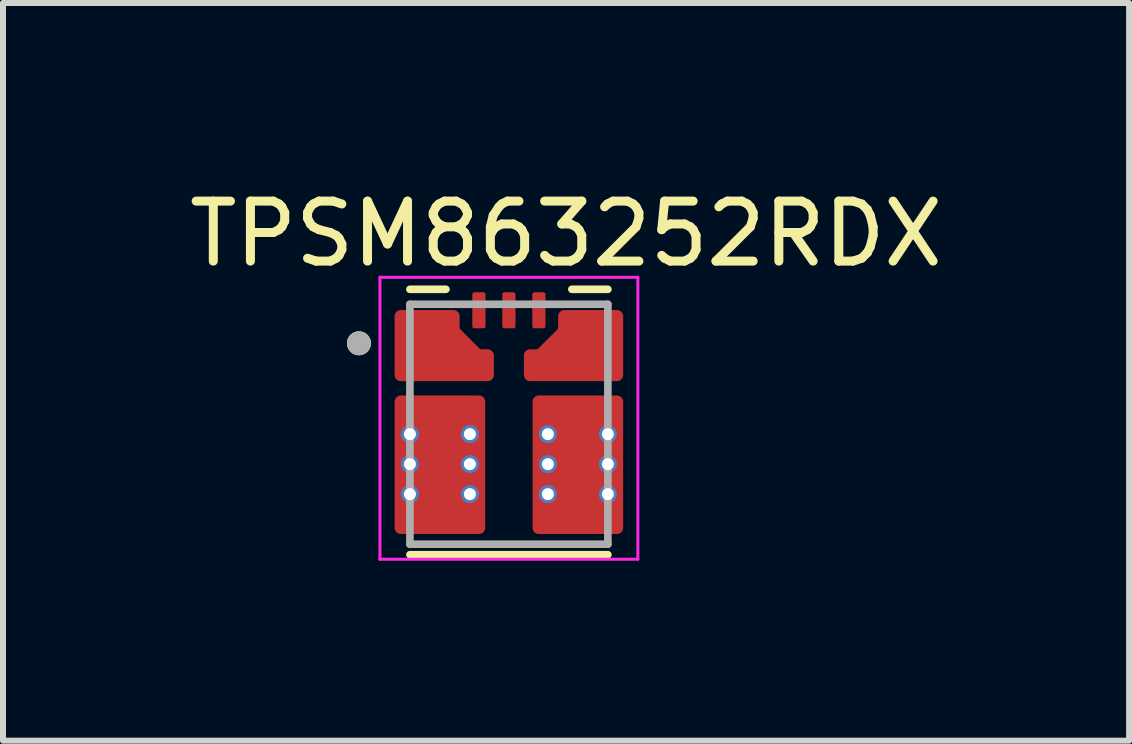
<source format=kicad_pcb>
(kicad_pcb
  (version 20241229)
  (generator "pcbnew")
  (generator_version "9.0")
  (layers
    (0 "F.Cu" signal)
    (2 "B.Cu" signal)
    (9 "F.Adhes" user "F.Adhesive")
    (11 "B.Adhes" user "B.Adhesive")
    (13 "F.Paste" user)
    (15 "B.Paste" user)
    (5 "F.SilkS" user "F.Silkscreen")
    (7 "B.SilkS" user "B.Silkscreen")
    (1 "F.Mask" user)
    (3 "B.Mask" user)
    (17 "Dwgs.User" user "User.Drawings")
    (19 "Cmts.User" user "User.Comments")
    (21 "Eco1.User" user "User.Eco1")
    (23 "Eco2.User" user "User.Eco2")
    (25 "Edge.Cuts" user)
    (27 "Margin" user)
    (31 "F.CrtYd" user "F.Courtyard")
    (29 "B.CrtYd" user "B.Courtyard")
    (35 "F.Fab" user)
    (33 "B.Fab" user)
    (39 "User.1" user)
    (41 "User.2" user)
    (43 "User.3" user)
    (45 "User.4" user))
  (footprint "TPSM863252RDX"
    (layer "F.Cu")
    (at 5.434 4.023)
    (property "Reference" "TPSM863252RDX" (at 0.953 -3.175 0) (layer "F.SilkS") (effects (font (size 1 1) (thickness 0.15))))
    (attr through_hole)
    (fp_poly (pts (xy -0.56 -1.55) (xy -0.565 -1.55) (xy -0.57 -1.551) (xy -0.576 -1.551) (xy -0.581 -1.552) (xy -0.586 -1.553) (xy -0.591 -1.555) (xy -0.596 -1.557) (xy -0.601 -1.559) (xy -0.605 -1.561) (xy -0.61 -1.563) (xy -0.614 -1.566) (xy -0.619 -1.569) (xy -0.623 -1.572) (xy -0.627 -1.576) (xy -0.631 -1.579) (xy -0.634 -1.583) (xy -0.638 -1.587) (xy -0.641 -1.591) (xy -0.644 -1.596) (xy -0.647 -1.6) (xy -0.649 -1.605) (xy -0.651 -1.609) (xy -0.653 -1.614) (xy -0.655 -1.619) (xy -0.657 -1.624) (xy -0.658 -1.629) (xy -0.659 -1.634) (xy -0.659 -1.64) (xy -0.66 -1.645) (xy -0.66 -1.65) (xy -0.66 -2.15) (xy -0.66 -2.155) (xy -0.659 -2.16) (xy -0.659 -2.166) (xy -0.658 -2.171) (xy -0.657 -2.176) (xy -0.655 -2.181) (xy -0.653 -2.186) (xy -0.651 -2.191) (xy -0.649 -2.195) (xy -0.647 -2.2) (xy -0.644 -2.204) (xy -0.641 -2.209) (xy -0.638 -2.213) (xy -0.634 -2.217) (xy -0.631 -2.221) (xy -0.627 -2.224) (xy -0.623 -2.228) (xy -0.619 -2.231) (xy -0.614 -2.234) (xy -0.61 -2.237) (xy -0.605 -2.239) (xy -0.601 -2.241) (xy -0.596 -2.243) (xy -0.591 -2.245) (xy -0.586 -2.247) (xy -0.581 -2.248) (xy -0.576 -2.249) (xy -0.57 -2.249) (xy -0.565 -2.25) (xy -0.56 -2.25) (xy -0.44 -2.25) (xy -0.435 -2.25) (xy -0.43 -2.249) (xy -0.424 -2.249) (xy -0.419 -2.248) (xy -0.414 -2.247) (xy -0.409 -2.245) (xy -0.404 -2.243) (xy -0.399 -2.241) (xy -0.395 -2.239) (xy -0.39 -2.237) (xy -0.386 -2.234) (xy -0.381 -2.231) (xy -0.377 -2.228) (xy -0.373 -2.224) (xy -0.369 -2.221) (xy -0.366 -2.217) (xy -0.362 -2.213) (xy -0.359 -2.209) (xy -0.356 -2.204) (xy -0.353 -2.2) (xy -0.351 -2.195) (xy -0.349 -2.191) (xy -0.347 -2.186) (xy -0.345 -2.181) (xy -0.343 -2.176) (xy -0.342 -2.171) (xy -0.341 -2.166) (xy -0.341 -2.16) (xy -0.34 -2.155) (xy -0.34 -2.15) (xy -0.34 -1.65) (xy -0.34 -1.645) (xy -0.341 -1.64) (xy -0.341 -1.634) (xy -0.342 -1.629) (xy -0.343 -1.624) (xy -0.345 -1.619) (xy -0.347 -1.614) (xy -0.349 -1.609) (xy -0.351 -1.605) (xy -0.353 -1.6) (xy -0.356 -1.596) (xy -0.359 -1.591) (xy -0.362 -1.587) (xy -0.366 -1.583) (xy -0.369 -1.579) (xy -0.373 -1.576) (xy -0.377 -1.572) (xy -0.381 -1.569) (xy -0.386 -1.566) (xy -0.39 -1.563) (xy -0.395 -1.561) (xy -0.399 -1.559) (xy -0.404 -1.557) (xy -0.409 -1.555) (xy -0.414 -1.553) (xy -0.419 -1.552) (xy -0.424 -1.551) (xy -0.43 -1.551) (xy -0.435 -1.55) (xy -0.44 -1.55) (xy -0.56 -1.55)) (stroke (width 0.01) (type solid)) (fill yes) (layer "F.Mask"))
    (fp_poly (pts (xy -0.16 -2.15) (xy -0.16 -1.65) (xy -0.16 -1.645) (xy -0.159 -1.64) (xy -0.159 -1.634) (xy -0.158 -1.629) (xy -0.157 -1.624) (xy -0.155 -1.619) (xy -0.153 -1.614) (xy -0.151 -1.609) (xy -0.149 -1.605) (xy -0.147 -1.6) (xy -0.144 -1.596) (xy -0.141 -1.591) (xy -0.138 -1.587) (xy -0.134 -1.583) (xy -0.131 -1.579) (xy -0.127 -1.576) (xy -0.123 -1.572) (xy -0.119 -1.569) (xy -0.114 -1.566) (xy -0.11 -1.563) (xy -0.105 -1.561) (xy -0.101 -1.559) (xy -0.096 -1.557) (xy -0.091 -1.555) (xy -0.086 -1.553) (xy -0.081 -1.552) (xy -0.076 -1.551) (xy -0.07 -1.551) (xy -0.065 -1.55) (xy -0.06 -1.55) (xy 0.06 -1.55) (xy 0.065 -1.55) (xy 0.07 -1.551) (xy 0.076 -1.551) (xy 0.081 -1.552) (xy 0.086 -1.553) (xy 0.091 -1.555) (xy 0.096 -1.557) (xy 0.101 -1.559) (xy 0.105 -1.561) (xy 0.11 -1.563) (xy 0.114 -1.566) (xy 0.119 -1.569) (xy 0.123 -1.572) (xy 0.127 -1.576) (xy 0.131 -1.579) (xy 0.134 -1.583) (xy 0.138 -1.587) (xy 0.141 -1.591) (xy 0.144 -1.596) (xy 0.147 -1.6) (xy 0.149 -1.605) (xy 0.151 -1.609) (xy 0.153 -1.614) (xy 0.155 -1.619) (xy 0.157 -1.624) (xy 0.158 -1.629) (xy 0.159 -1.634) (xy 0.159 -1.64) (xy 0.16 -1.645) (xy 0.16 -1.65) (xy 0.16 -2.15) (xy 0.16 -2.155) (xy 0.159 -2.16) (xy 0.159 -2.166) (xy 0.158 -2.171) (xy 0.157 -2.176) (xy 0.155 -2.181) (xy 0.153 -2.186) (xy 0.151 -2.191) (xy 0.149 -2.195) (xy 0.147 -2.2) (xy 0.144 -2.204) (xy 0.141 -2.209) (xy 0.138 -2.213) (xy 0.134 -2.217) (xy 0.131 -2.221) (xy 0.127 -2.224) (xy 0.123 -2.228) (xy 0.119 -2.231) (xy 0.114 -2.234) (xy 0.11 -2.237) (xy 0.105 -2.239) (xy 0.101 -2.241) (xy 0.096 -2.243) (xy 0.091 -2.245) (xy 0.086 -2.247) (xy 0.081 -2.248) (xy 0.076 -2.249) (xy 0.07 -2.249) (xy 0.065 -2.25) (xy 0.06 -2.25) (xy -0.06 -2.25) (xy -0.065 -2.25) (xy -0.07 -2.249) (xy -0.076 -2.249) (xy -0.081 -2.248) (xy -0.086 -2.247) (xy -0.091 -2.245) (xy -0.096 -2.243) (xy -0.101 -2.241) (xy -0.105 -2.239) (xy -0.11 -2.237) (xy -0.114 -2.234) (xy -0.119 -2.231) (xy -0.123 -2.228) (xy -0.127 -2.224) (xy -0.131 -2.221) (xy -0.134 -2.217) (xy -0.138 -2.213) (xy -0.141 -2.209) (xy -0.144 -2.204) (xy -0.147 -2.2) (xy -0.149 -2.195) (xy -0.151 -2.191) (xy -0.153 -2.186) (xy -0.155 -2.181) (xy -0.157 -2.176) (xy -0.158 -2.171) (xy -0.159 -2.166) (xy -0.159 -2.16) (xy -0.16 -2.155) (xy -0.16 -2.15)) (stroke (width 0.01) (type solid)) (fill yes) (layer "F.Mask"))
    (fp_poly (pts (xy 0.44 -1.55) (xy 0.435 -1.55) (xy 0.43 -1.551) (xy 0.424 -1.551) (xy 0.419 -1.552) (xy 0.414 -1.553) (xy 0.409 -1.555) (xy 0.404 -1.557) (xy 0.399 -1.559) (xy 0.395 -1.561) (xy 0.39 -1.563) (xy 0.386 -1.566) (xy 0.381 -1.569) (xy 0.377 -1.572) (xy 0.373 -1.576) (xy 0.369 -1.579) (xy 0.366 -1.583) (xy 0.362 -1.587) (xy 0.359 -1.591) (xy 0.356 -1.596) (xy 0.353 -1.6) (xy 0.351 -1.605) (xy 0.349 -1.609) (xy 0.347 -1.614) (xy 0.345 -1.619) (xy 0.343 -1.624) (xy 0.342 -1.629) (xy 0.341 -1.634) (xy 0.341 -1.64) (xy 0.34 -1.645) (xy 0.34 -1.65) (xy 0.34 -2.15) (xy 0.34 -2.155) (xy 0.341 -2.16) (xy 0.341 -2.166) (xy 0.342 -2.171) (xy 0.343 -2.176) (xy 0.345 -2.181) (xy 0.347 -2.186) (xy 0.349 -2.191) (xy 0.351 -2.195) (xy 0.353 -2.2) (xy 0.356 -2.204) (xy 0.359 -2.209) (xy 0.362 -2.213) (xy 0.366 -2.217) (xy 0.369 -2.221) (xy 0.373 -2.224) (xy 0.377 -2.228) (xy 0.381 -2.231) (xy 0.386 -2.234) (xy 0.39 -2.237) (xy 0.395 -2.239) (xy 0.399 -2.241) (xy 0.404 -2.243) (xy 0.409 -2.245) (xy 0.414 -2.247) (xy 0.419 -2.248) (xy 0.424 -2.249) (xy 0.43 -2.249) (xy 0.435 -2.25) (xy 0.44 -2.25) (xy 0.56 -2.25) (xy 0.565 -2.25) (xy 0.57 -2.249) (xy 0.576 -2.249) (xy 0.581 -2.248) (xy 0.586 -2.247) (xy 0.591 -2.245) (xy 0.596 -2.243) (xy 0.601 -2.241) (xy 0.605 -2.239) (xy 0.61 -2.237) (xy 0.614 -2.234) (xy 0.619 -2.231) (xy 0.623 -2.228) (xy 0.627 -2.224) (xy 0.631 -2.221) (xy 0.634 -2.217) (xy 0.638 -2.213) (xy 0.641 -2.209) (xy 0.644 -2.204) (xy 0.647 -2.2) (xy 0.649 -2.195) (xy 0.651 -2.191) (xy 0.653 -2.186) (xy 0.655 -2.181) (xy 0.657 -2.176) (xy 0.658 -2.171) (xy 0.659 -2.166) (xy 0.659 -2.16) (xy 0.66 -2.155) (xy 0.66 -2.15) (xy 0.66 -1.65) (xy 0.66 -1.645) (xy 0.659 -1.64) (xy 0.659 -1.634) (xy 0.658 -1.629) (xy 0.657 -1.624) (xy 0.655 -1.619) (xy 0.653 -1.614) (xy 0.651 -1.609) (xy 0.649 -1.605) (xy 0.647 -1.6) (xy 0.644 -1.596) (xy 0.641 -1.591) (xy 0.638 -1.587) (xy 0.634 -1.583) (xy 0.631 -1.579) (xy 0.627 -1.576) (xy 0.623 -1.572) (xy 0.619 -1.569) (xy 0.614 -1.566) (xy 0.61 -1.563) (xy 0.605 -1.561) (xy 0.601 -1.559) (xy 0.596 -1.557) (xy 0.591 -1.555) (xy 0.586 -1.553) (xy 0.581 -1.552) (xy 0.576 -1.551) (xy 0.57 -1.551) (xy 0.565 -1.55) (xy 0.56 -1.55) (xy 0.44 -1.55)) (stroke (width 0.01) (type solid)) (fill yes) (layer "F.Mask"))
    (fp_poly (pts (xy -0.355 -0.775) (xy -0.352 -0.775) (xy -0.35 -0.775) (xy -0.347 -0.776) (xy -0.345 -0.776) (xy -0.342 -0.777) (xy -0.34 -0.777) (xy -0.337 -0.778) (xy -0.335 -0.779) (xy -0.332 -0.78) (xy -0.33 -0.782) (xy -0.328 -0.783) (xy -0.326 -0.785) (xy -0.324 -0.786) (xy -0.322 -0.788) (xy -0.32 -0.79) (xy -0.318 -0.792) (xy -0.316 -0.794) (xy -0.315 -0.796) (xy -0.313 -0.798) (xy -0.312 -0.8) (xy -0.31 -0.802) (xy -0.309 -0.805) (xy -0.308 -0.807) (xy -0.307 -0.81) (xy -0.307 -0.812) (xy -0.306 -0.815) (xy -0.306 -0.817) (xy -0.305 -0.82) (xy -0.305 -0.822) (xy -0.305 -0.825) (xy -0.305 -1.145) (xy -0.305 -1.148) (xy -0.305 -1.15) (xy -0.306 -1.153) (xy -0.306 -1.155) (xy -0.307 -1.158) (xy -0.307 -1.16) (xy -0.308 -1.163) (xy -0.309 -1.165) (xy -0.31 -1.168) (xy -0.312 -1.17) (xy -0.313 -1.172) (xy -0.315 -1.174) (xy -0.316 -1.176) (xy -0.318 -1.178) (xy -0.32 -1.18) (xy -0.322 -1.182) (xy -0.324 -1.184) (xy -0.326 -1.185) (xy -0.328 -1.187) (xy -0.33 -1.188) (xy -0.332 -1.19) (xy -0.335 -1.191) (xy -0.337 -1.192) (xy -0.34 -1.193) (xy -0.342 -1.193) (xy -0.345 -1.194) (xy -0.347 -1.194) (xy -0.35 -1.195) (xy -0.352 -1.195) (xy -0.355 -1.195) (xy -0.477 -1.195) (xy -0.479 -1.195) (xy -0.48 -1.195) (xy -0.481 -1.195) (xy -0.483 -1.195) (xy -0.484 -1.195) (xy -0.485 -1.196) (xy -0.486 -1.196) (xy -0.488 -1.196) (xy -0.489 -1.196) (xy -0.49 -1.197) (xy -0.491 -1.197) (xy -0.493 -1.197) (xy -0.494 -1.198) (xy -0.495 -1.198) (xy -0.496 -1.199) (xy -0.498 -1.199) (xy -0.499 -1.2) (xy -0.5 -1.2) (xy -0.501 -1.201) (xy -0.502 -1.202) (xy -0.503 -1.202) (xy -0.505 -1.203) (xy -0.506 -1.204) (xy -0.507 -1.205) (xy -0.508 -1.205) (xy -0.509 -1.206) (xy -0.51 -1.207) (xy -0.511 -1.208) (xy -0.512 -1.209) (xy -0.513 -1.21) (xy -0.86 -1.557) (xy -0.861 -1.558) (xy -0.862 -1.559) (xy -0.863 -1.56) (xy -0.864 -1.561) (xy -0.865 -1.562) (xy -0.865 -1.563) (xy -0.866 -1.564) (xy -0.867 -1.565) (xy -0.868 -1.567) (xy -0.868 -1.568) (xy -0.869 -1.569) (xy -0.87 -1.57) (xy -0.87 -1.571) (xy -0.871 -1.572) (xy -0.871 -1.574) (xy -0.872 -1.575) (xy -0.872 -1.576) (xy -0.873 -1.577) (xy -0.873 -1.579) (xy -0.873 -1.58) (xy -0.874 -1.581) (xy -0.874 -1.582) (xy -0.874 -1.584) (xy -0.874 -1.585) (xy -0.875 -1.586) (xy -0.875 -1.587) (xy -0.875 -1.589) (xy -0.875 -1.59) (xy -0.875 -1.591) (xy -0.875 -1.593) (xy -0.875 -1.8) (xy -0.875 -1.803) (xy -0.875 -1.805) (xy -0.876 -1.808) (xy -0.876 -1.81) (xy -0.877 -1.813) (xy -0.877 -1.815) (xy -0.878 -1.818) (xy -0.879 -1.82) (xy -0.88 -1.823) (xy -0.882 -1.825) (xy -0.883 -1.827) (xy -0.885 -1.829) (xy -0.886 -1.831) (xy -0.888 -1.833) (xy -0.89 -1.835) (xy -0.892 -1.837) (xy -0.894 -1.839) (xy -0.896 -1.84) (xy -0.898 -1.842) (xy -0.9 -1.843) (xy -0.902 -1.845) (xy -0.905 -1.846) (xy -0.907 -1.847) (xy -0.91 -1.848) (xy -0.912 -1.848) (xy -0.915 -1.849) (xy -0.917 -1.849) (xy -0.92 -1.85) (xy -0.922 -1.85) (xy -0.925 -1.85) (xy -1.4 -1.85) (xy -1.403 -1.85) (xy -1.405 -1.85) (xy -1.408 -1.849) (xy -1.41 -1.849) (xy -1.413 -1.848) (xy -1.415 -1.848) (xy -1.418 -1.847) (xy -1.42 -1.846) (xy -1.423 -1.845) (xy -1.425 -1.843) (xy -1.427 -1.842) (xy -1.429 -1.84) (xy -1.431 -1.839) (xy -1.433 -1.837) (xy -1.435 -1.835) (xy -1.437 -1.833) (xy -1.439 -1.831) (xy -1.44 -1.829) (xy -1.442 -1.827) (xy -1.443 -1.825) (xy -1.445 -1.823) (xy -1.446 -1.82) (xy -1.447 -1.818) (xy -1.448 -1.815) (xy -1.448 -1.813) (xy -1.449 -1.81) (xy -1.449 -1.808) (xy -1.45 -1.805) (xy -1.45 -1.803) (xy -1.45 -1.8) (xy -1.45 -1.675) (xy -1.45 -1.672) (xy -1.45 -1.67) (xy -1.451 -1.667) (xy -1.451 -1.665) (xy -1.452 -1.662) (xy -1.452 -1.66) (xy -1.453 -1.657) (xy -1.454 -1.655) (xy -1.455 -1.652) (xy -1.457 -1.65) (xy -1.458 -1.648) (xy -1.46 -1.646) (xy -1.461 -1.644) (xy -1.463 -1.642) (xy -1.465 -1.64) (xy -1.467 -1.638) (xy -1.469 -1.636) (xy -1.471 -1.635) (xy -1.473 -1.633) (xy -1.475 -1.632) (xy -1.477 -1.63) (xy -1.48 -1.629) (xy -1.482 -1.628) (xy -1.485 -1.627) (xy -1.487 -1.627) (xy -1.49 -1.626) (xy -1.492 -1.626) (xy -1.495 -1.625) (xy -1.497 -1.625) (xy -1.5 -1.625) (xy -1.8 -1.625) (xy -1.803 -1.625) (xy -1.805 -1.625) (xy -1.808 -1.624) (xy -1.81 -1.624) (xy -1.813 -1.623) (xy -1.815 -1.623) (xy -1.818 -1.622) (xy -1.82 -1.621) (xy -1.823 -1.62) (xy -1.825 -1.618) (xy -1.827 -1.617) (xy -1.829 -1.615) (xy -1.831 -1.614) (xy -1.833 -1.612) (xy -1.835 -1.61) (xy -1.837 -1.608) (xy -1.839 -1.606) (xy -1.84 -1.604) (xy -1.842 -1.602) (xy -1.843 -1.6) (xy -1.845 -1.598) (xy -1.846 -1.595) (xy -1.847 -1.593) (xy -1.848 -1.59) (xy -1.848 -1.588) (xy -1.849 -1.585) (xy -1.849 -1.583) (xy -1.85 -1.58) (xy -1.85 -1.578) (xy -1.85 -1.575) (xy -1.85 -1.425) (xy -1.85 -1.422) (xy -1.85 -1.42) (xy -1.849 -1.417) (xy -1.849 -1.415) (xy -1.848 -1.412) (xy -1.848 -1.41) (xy -1.847 -1.407) (xy -1.846 -1.405) (xy -1.845 -1.402) (xy -1.843 -1.4) (xy -1.842 -1.398) (xy -1.84 -1.396) (xy -1.839 -1.394) (xy -1.837 -1.392) (xy -1.835 -1.39) (xy -1.833 -1.388) (xy -1.831 -1.386) (xy -1.829 -1.385) (xy -1.827 -1.383) (xy -1.825 -1.382) (xy -1.823 -1.38) (xy -1.82 -1.379) (xy -1.818 -1.378) (xy -1.815 -1.377) (xy -1.813 -1.377) (xy -1.81 -1.376) (xy -1.808 -1.376) (xy -1.805 -1.375) (xy -1.803 -1.375) (xy -1.8 -1.375) (xy -1.5 -1.375) (xy -1.497 -1.375) (xy -1.495 -1.375) (xy -1.492 -1.374) (xy -1.49 -1.374) (xy -1.487 -1.373) (xy -1.485 -1.373) (xy -1.482 -1.372) (xy -1.48 -1.371) (xy -1.477 -1.37) (xy -1.475 -1.368) (xy -1.473 -1.367) (xy -1.471 -1.365) (xy -1.469 -1.364) (xy -1.467 -1.362) (xy -1.465 -1.36) (xy -1.463 -1.358) (xy -1.461 -1.356) (xy -1.46 -1.354) (xy -1.458 -1.352) (xy -1.457 -1.35) (xy -1.455 -1.348) (xy -1.454 -1.345) (xy -1.453 -1.343) (xy -1.452 -1.34) (xy -1.452 -1.338) (xy -1.451 -1.335) (xy -1.451 -1.333) (xy -1.45 -1.33) (xy -1.45 -1.328) (xy -1.45 -1.325) (xy -1.45 -1.175) (xy -1.45 -1.172) (xy -1.45 -1.17) (xy -1.451 -1.167) (xy -1.451 -1.165) (xy -1.452 -1.162) (xy -1.452 -1.16) (xy -1.453 -1.157) (xy -1.454 -1.155) (xy -1.455 -1.152) (xy -1.457 -1.15) (xy -1.458 -1.148) (xy -1.46 -1.146) (xy -1.461 -1.144) (xy -1.463 -1.142) (xy -1.465 -1.14) (xy -1.467 -1.138) (xy -1.469 -1.136) (xy -1.471 -1.135) (xy -1.473 -1.133) (xy -1.475 -1.132) (xy -1.477 -1.13) (xy -1.48 -1.129) (xy -1.482 -1.128) (xy -1.485 -1.127) (xy -1.487 -1.127) (xy -1.49 -1.126) (xy -1.492 -1.126) (xy -1.495 -1.125) (xy -1.497 -1.125) (xy -1.5 -1.125) (xy -1.8 -1.125) (xy -1.803 -1.125) (xy -1.805 -1.125) (xy -1.808 -1.124) (xy -1.81 -1.124) (xy -1.813 -1.123) (xy -1.815 -1.123) (xy -1.818 -1.122) (xy -1.82 -1.121) (xy -1.823 -1.12) (xy -1.825 -1.118) (xy -1.827 -1.117) (xy -1.829 -1.115) (xy -1.831 -1.114) (xy -1.833 -1.112) (xy -1.835 -1.11) (xy -1.837 -1.108) (xy -1.839 -1.106) (xy -1.84 -1.104) (xy -1.842 -1.102) (xy -1.843 -1.1) (xy -1.845 -1.098) (xy -1.846 -1.095) (xy -1.847 -1.093) (xy -1.848 -1.09) (xy -1.848 -1.088) (xy -1.849 -1.085) (xy -1.849 -1.083) (xy -1.85 -1.08) (xy -1.85 -1.078) (xy -1.85 -1.075) (xy -1.85 -0.925) (xy -1.85 -0.922) (xy -1.85 -0.92) (xy -1.849 -0.917) (xy -1.849 -0.915) (xy -1.848 -0.912) (xy -1.848 -0.91) (xy -1.847 -0.907) (xy -1.846 -0.905) (xy -1.845 -0.902) (xy -1.843 -0.9) (xy -1.842 -0.898) (xy -1.84 -0.896) (xy -1.839 -0.894) (xy -1.837 -0.892) (xy -1.835 -0.89) (xy -1.833 -0.888) (xy -1.831 -0.886) (xy -1.829 -0.885) (xy -1.827 -0.883) (xy -1.825 -0.882) (xy -1.823 -0.88) (xy -1.82 -0.879) (xy -1.818 -0.878) (xy -1.815 -0.877) (xy -1.813 -0.877) (xy -1.81 -0.876) (xy -1.808 -0.876) (xy -1.805 -0.875) (xy -1.803 -0.875) (xy -1.8 -0.875) (xy -1.5 -0.875) (xy -1.497 -0.875) (xy -1.495 -0.875) (xy -1.492 -0.874) (xy -1.49 -0.874) (xy -1.487 -0.873) (xy -1.485 -0.873) (xy -1.482 -0.872) (xy -1.48 -0.871) (xy -1.477 -0.87) (xy -1.475 -0.868) (xy -1.473 -0.867) (xy -1.471 -0.865) (xy -1.469 -0.864) (xy -1.467 -0.862) (xy -1.465 -0.86) (xy -1.463 -0.858) (xy -1.461 -0.856) (xy -1.46 -0.854) (xy -1.458 -0.852) (xy -1.457 -0.85) (xy -1.455 -0.848) (xy -1.454 -0.845) (xy -1.453 -0.843) (xy -1.452 -0.84) (xy -1.452 -0.838) (xy -1.451 -0.835) (xy -1.451 -0.833) (xy -1.45 -0.83) (xy -1.45 -0.828) (xy -1.45 -0.825) (xy -1.45 -0.822) (xy -1.45 -0.82) (xy -1.449 -0.817) (xy -1.449 -0.815) (xy -1.448 -0.812) (xy -1.448 -0.81) (xy -1.447 -0.807) (xy -1.446 -0.805) (xy -1.445 -0.802) (xy -1.443 -0.8) (xy -1.442 -0.798) (xy -1.44 -0.796) (xy -1.439 -0.794) (xy -1.437 -0.792) (xy -1.435 -0.79) (xy -1.433 -0.788) (xy -1.431 -0.786) (xy -1.429 -0.785) (xy -1.427 -0.783) (xy -1.425 -0.782) (xy -1.423 -0.78) (xy -1.42 -0.779) (xy -1.418 -0.778) (xy -1.415 -0.777) (xy -1.413 -0.777) (xy -1.41 -0.776) (xy -1.408 -0.776) (xy -1.405 -0.775) (xy -1.403 -0.775) (xy -1.4 -0.775) (xy -0.355 -0.775)) (stroke (width 0.01) (type solid)) (fill yes) (layer "F.Mask"))
    (fp_poly (pts (xy 0.355 -0.775) (xy 0.352 -0.775) (xy 0.35 -0.775) (xy 0.347 -0.776) (xy 0.345 -0.776) (xy 0.342 -0.777) (xy 0.34 -0.777) (xy 0.337 -0.778) (xy 0.335 -0.779) (xy 0.332 -0.78) (xy 0.33 -0.782) (xy 0.328 -0.783) (xy 0.326 -0.785) (xy 0.324 -0.786) (xy 0.322 -0.788) (xy 0.32 -0.79) (xy 0.318 -0.792) (xy 0.316 -0.794) (xy 0.315 -0.796) (xy 0.313 -0.798) (xy 0.312 -0.8) (xy 0.31 -0.802) (xy 0.309 -0.805) (xy 0.308 -0.807) (xy 0.307 -0.81) (xy 0.307 -0.812) (xy 0.306 -0.815) (xy 0.306 -0.817) (xy 0.305 -0.82) (xy 0.305 -0.822) (xy 0.305 -0.825) (xy 0.305 -1.145) (xy 0.305 -1.148) (xy 0.305 -1.15) (xy 0.306 -1.153) (xy 0.306 -1.155) (xy 0.307 -1.158) (xy 0.307 -1.16) (xy 0.308 -1.163) (xy 0.309 -1.165) (xy 0.31 -1.168) (xy 0.312 -1.17) (xy 0.313 -1.172) (xy 0.315 -1.174) (xy 0.316 -1.176) (xy 0.318 -1.178) (xy 0.32 -1.18) (xy 0.322 -1.182) (xy 0.324 -1.184) (xy 0.326 -1.185) (xy 0.328 -1.187) (xy 0.33 -1.188) (xy 0.332 -1.19) (xy 0.335 -1.191) (xy 0.337 -1.192) (xy 0.34 -1.193) (xy 0.342 -1.193) (xy 0.345 -1.194) (xy 0.347 -1.194) (xy 0.35 -1.195) (xy 0.352 -1.195) (xy 0.355 -1.195) (xy 0.477 -1.195) (xy 0.479 -1.195) (xy 0.48 -1.195) (xy 0.481 -1.195) (xy 0.483 -1.195) (xy 0.484 -1.195) (xy 0.485 -1.196) (xy 0.486 -1.196) (xy 0.488 -1.196) (xy 0.489 -1.196) (xy 0.49 -1.197) (xy 0.491 -1.197) (xy 0.493 -1.197) (xy 0.494 -1.198) (xy 0.495 -1.198) (xy 0.496 -1.199) (xy 0.498 -1.199) (xy 0.499 -1.2) (xy 0.5 -1.2) (xy 0.501 -1.201) (xy 0.502 -1.202) (xy 0.503 -1.202) (xy 0.505 -1.203) (xy 0.506 -1.204) (xy 0.507 -1.205) (xy 0.508 -1.205) (xy 0.509 -1.206) (xy 0.51 -1.207) (xy 0.511 -1.208) (xy 0.512 -1.209) (xy 0.513 -1.21) (xy 0.86 -1.557) (xy 0.861 -1.558) (xy 0.862 -1.559) (xy 0.863 -1.56) (xy 0.864 -1.561) (xy 0.865 -1.562) (xy 0.865 -1.563) (xy 0.866 -1.564) (xy 0.867 -1.565) (xy 0.868 -1.567) (xy 0.868 -1.568) (xy 0.869 -1.569) (xy 0.87 -1.57) (xy 0.87 -1.571) (xy 0.871 -1.572) (xy 0.871 -1.574) (xy 0.872 -1.575) (xy 0.872 -1.576) (xy 0.873 -1.577) (xy 0.873 -1.579) (xy 0.873 -1.58) (xy 0.874 -1.581) (xy 0.874 -1.582) (xy 0.874 -1.584) (xy 0.874 -1.585) (xy 0.875 -1.586) (xy 0.875 -1.587) (xy 0.875 -1.589) (xy 0.875 -1.59) (xy 0.875 -1.591) (xy 0.875 -1.593) (xy 0.875 -1.8) (xy 0.875 -1.803) (xy 0.875 -1.805) (xy 0.876 -1.808) (xy 0.876 -1.81) (xy 0.877 -1.813) (xy 0.877 -1.815) (xy 0.878 -1.818) (xy 0.879 -1.82) (xy 0.88 -1.823) (xy 0.882 -1.825) (xy 0.883 -1.827) (xy 0.885 -1.829) (xy 0.886 -1.831) (xy 0.888 -1.833) (xy 0.89 -1.835) (xy 0.892 -1.837) (xy 0.894 -1.839) (xy 0.896 -1.84) (xy 0.898 -1.842) (xy 0.9 -1.843) (xy 0.902 -1.845) (xy 0.905 -1.846) (xy 0.907 -1.847) (xy 0.91 -1.848) (xy 0.912 -1.848) (xy 0.915 -1.849) (xy 0.917 -1.849) (xy 0.92 -1.85) (xy 0.922 -1.85) (xy 0.925 -1.85) (xy 1.4 -1.85) (xy 1.403 -1.85) (xy 1.405 -1.85) (xy 1.408 -1.849) (xy 1.41 -1.849) (xy 1.413 -1.848) (xy 1.415 -1.848) (xy 1.418 -1.847) (xy 1.42 -1.846) (xy 1.423 -1.845) (xy 1.425 -1.843) (xy 1.427 -1.842) (xy 1.429 -1.84) (xy 1.431 -1.839) (xy 1.433 -1.837) (xy 1.435 -1.835) (xy 1.437 -1.833) (xy 1.439 -1.831) (xy 1.44 -1.829) (xy 1.442 -1.827) (xy 1.443 -1.825) (xy 1.445 -1.823) (xy 1.446 -1.82) (xy 1.447 -1.818) (xy 1.448 -1.815) (xy 1.448 -1.813) (xy 1.449 -1.81) (xy 1.449 -1.808) (xy 1.45 -1.805) (xy 1.45 -1.803) (xy 1.45 -1.8) (xy 1.45 -1.675) (xy 1.45 -1.672) (xy 1.45 -1.67) (xy 1.451 -1.667) (xy 1.451 -1.665) (xy 1.452 -1.662) (xy 1.452 -1.66) (xy 1.453 -1.657) (xy 1.454 -1.655) (xy 1.455 -1.652) (xy 1.457 -1.65) (xy 1.458 -1.648) (xy 1.46 -1.646) (xy 1.461 -1.644) (xy 1.463 -1.642) (xy 1.465 -1.64) (xy 1.467 -1.638) (xy 1.469 -1.636) (xy 1.471 -1.635) (xy 1.473 -1.633) (xy 1.475 -1.632) (xy 1.477 -1.63) (xy 1.48 -1.629) (xy 1.482 -1.628) (xy 1.485 -1.627) (xy 1.487 -1.627) (xy 1.49 -1.626) (xy 1.492 -1.626) (xy 1.495 -1.625) (xy 1.497 -1.625) (xy 1.5 -1.625) (xy 1.8 -1.625) (xy 1.803 -1.625) (xy 1.805 -1.625) (xy 1.808 -1.624) (xy 1.81 -1.624) (xy 1.813 -1.623) (xy 1.815 -1.623) (xy 1.818 -1.622) (xy 1.82 -1.621) (xy 1.823 -1.62) (xy 1.825 -1.618) (xy 1.827 -1.617) (xy 1.829 -1.615) (xy 1.831 -1.614) (xy 1.833 -1.612) (xy 1.835 -1.61) (xy 1.837 -1.608) (xy 1.839 -1.606) (xy 1.84 -1.604) (xy 1.842 -1.602) (xy 1.843 -1.6) (xy 1.845 -1.598) (xy 1.846 -1.595) (xy 1.847 -1.593) (xy 1.848 -1.59) (xy 1.848 -1.588) (xy 1.849 -1.585) (xy 1.849 -1.583) (xy 1.85 -1.58) (xy 1.85 -1.578) (xy 1.85 -1.575) (xy 1.85 -1.425) (xy 1.85 -1.422) (xy 1.85 -1.42) (xy 1.849 -1.417) (xy 1.849 -1.415) (xy 1.848 -1.412) (xy 1.848 -1.41) (xy 1.847 -1.407) (xy 1.846 -1.405) (xy 1.845 -1.402) (xy 1.843 -1.4) (xy 1.842 -1.398) (xy 1.84 -1.396) (xy 1.839 -1.394) (xy 1.837 -1.392) (xy 1.835 -1.39) (xy 1.833 -1.388) (xy 1.831 -1.386) (xy 1.829 -1.385) (xy 1.827 -1.383) (xy 1.825 -1.382) (xy 1.823 -1.38) (xy 1.82 -1.379) (xy 1.818 -1.378) (xy 1.815 -1.377) (xy 1.813 -1.377) (xy 1.81 -1.376) (xy 1.808 -1.376) (xy 1.805 -1.375) (xy 1.803 -1.375) (xy 1.8 -1.375) (xy 1.5 -1.375) (xy 1.497 -1.375) (xy 1.495 -1.375) (xy 1.492 -1.374) (xy 1.49 -1.374) (xy 1.487 -1.373) (xy 1.485 -1.373) (xy 1.482 -1.372) (xy 1.48 -1.371) (xy 1.477 -1.37) (xy 1.475 -1.368) (xy 1.473 -1.367) (xy 1.471 -1.365) (xy 1.469 -1.364) (xy 1.467 -1.362) (xy 1.465 -1.36) (xy 1.463 -1.358) (xy 1.461 -1.356) (xy 1.46 -1.354) (xy 1.458 -1.352) (xy 1.457 -1.35) (xy 1.455 -1.348) (xy 1.454 -1.345) (xy 1.453 -1.343) (xy 1.452 -1.34) (xy 1.452 -1.338) (xy 1.451 -1.335) (xy 1.451 -1.333) (xy 1.45 -1.33) (xy 1.45 -1.328) (xy 1.45 -1.325) (xy 1.45 -1.175) (xy 1.45 -1.172) (xy 1.45 -1.17) (xy 1.451 -1.167) (xy 1.451 -1.165) (xy 1.452 -1.162) (xy 1.452 -1.16) (xy 1.453 -1.157) (xy 1.454 -1.155) (xy 1.455 -1.152) (xy 1.457 -1.15) (xy 1.458 -1.148) (xy 1.46 -1.146) (xy 1.461 -1.144) (xy 1.463 -1.142) (xy 1.465 -1.14) (xy 1.467 -1.138) (xy 1.469 -1.136) (xy 1.471 -1.135) (xy 1.473 -1.133) (xy 1.475 -1.132) (xy 1.477 -1.13) (xy 1.48 -1.129) (xy 1.482 -1.128) (xy 1.485 -1.127) (xy 1.487 -1.127) (xy 1.49 -1.126) (xy 1.492 -1.126) (xy 1.495 -1.125) (xy 1.497 -1.125) (xy 1.5 -1.125) (xy 1.8 -1.125) (xy 1.803 -1.125) (xy 1.805 -1.125) (xy 1.808 -1.124) (xy 1.81 -1.124) (xy 1.813 -1.123) (xy 1.815 -1.123) (xy 1.818 -1.122) (xy 1.82 -1.121) (xy 1.823 -1.12) (xy 1.825 -1.118) (xy 1.827 -1.117) (xy 1.829 -1.115) (xy 1.831 -1.114) (xy 1.833 -1.112) (xy 1.835 -1.11) (xy 1.837 -1.108) (xy 1.839 -1.106) (xy 1.84 -1.104) (xy 1.842 -1.102) (xy 1.843 -1.1) (xy 1.845 -1.098) (xy 1.846 -1.095) (xy 1.847 -1.093) (xy 1.848 -1.09) (xy 1.848 -1.088) (xy 1.849 -1.085) (xy 1.849 -1.083) (xy 1.85 -1.08) (xy 1.85 -1.078) (xy 1.85 -1.075) (xy 1.85 -0.925) (xy 1.85 -0.922) (xy 1.85 -0.92) (xy 1.849 -0.917) (xy 1.849 -0.915) (xy 1.848 -0.912) (xy 1.848 -0.91) (xy 1.847 -0.907) (xy 1.846 -0.905) (xy 1.845 -0.902) (xy 1.843 -0.9) (xy 1.842 -0.898) (xy 1.84 -0.896) (xy 1.839 -0.894) (xy 1.837 -0.892) (xy 1.835 -0.89) (xy 1.833 -0.888) (xy 1.831 -0.886) (xy 1.829 -0.885) (xy 1.827 -0.883) (xy 1.825 -0.882) (xy 1.823 -0.88) (xy 1.82 -0.879) (xy 1.818 -0.878) (xy 1.815 -0.877) (xy 1.813 -0.877) (xy 1.81 -0.876) (xy 1.808 -0.876) (xy 1.805 -0.875) (xy 1.803 -0.875) (xy 1.8 -0.875) (xy 1.5 -0.875) (xy 1.497 -0.875) (xy 1.495 -0.875) (xy 1.492 -0.874) (xy 1.49 -0.874) (xy 1.487 -0.873) (xy 1.485 -0.873) (xy 1.482 -0.872) (xy 1.48 -0.871) (xy 1.477 -0.87) (xy 1.475 -0.868) (xy 1.473 -0.867) (xy 1.471 -0.865) (xy 1.469 -0.864) (xy 1.467 -0.862) (xy 1.465 -0.86) (xy 1.463 -0.858) (xy 1.461 -0.856) (xy 1.46 -0.854) (xy 1.458 -0.852) (xy 1.457 -0.85) (xy 1.455 -0.848) (xy 1.454 -0.845) (xy 1.453 -0.843) (xy 1.452 -0.84) (xy 1.452 -0.838) (xy 1.451 -0.835) (xy 1.451 -0.833) (xy 1.45 -0.83) (xy 1.45 -0.828) (xy 1.45 -0.825) (xy 1.45 -0.822) (xy 1.45 -0.82) (xy 1.449 -0.817) (xy 1.449 -0.815) (xy 1.448 -0.812) (xy 1.448 -0.81) (xy 1.447 -0.807) (xy 1.446 -0.805) (xy 1.445 -0.802) (xy 1.443 -0.8) (xy 1.442 -0.798) (xy 1.44 -0.796) (xy 1.439 -0.794) (xy 1.437 -0.792) (xy 1.435 -0.79) (xy 1.433 -0.788) (xy 1.431 -0.786) (xy 1.429 -0.785) (xy 1.427 -0.783) (xy 1.425 -0.782) (xy 1.423 -0.78) (xy 1.42 -0.779) (xy 1.418 -0.778) (xy 1.415 -0.777) (xy 1.413 -0.777) (xy 1.41 -0.776) (xy 1.408 -0.776) (xy 1.405 -0.775) (xy 1.403 -0.775) (xy 1.4 -0.775) (xy 0.355 -0.775)) (stroke (width 0.01) (type solid)) (fill yes) (layer "F.Mask"))
    (fp_poly (pts (xy -1.85 1.34) (xy -1.85 1.49) (xy -1.85 1.493) (xy -1.85 1.495) (xy -1.849 1.498) (xy -1.849 1.5) (xy -1.848 1.503) (xy -1.848 1.505) (xy -1.847 1.508) (xy -1.846 1.51) (xy -1.845 1.513) (xy -1.843 1.515) (xy -1.842 1.517) (xy -1.84 1.519) (xy -1.839 1.521) (xy -1.837 1.523) (xy -1.835 1.525) (xy -1.833 1.527) (xy -1.831 1.529) (xy -1.829 1.53) (xy -1.827 1.532) (xy -1.825 1.533) (xy -1.823 1.535) (xy -1.82 1.536) (xy -1.818 1.537) (xy -1.815 1.538) (xy -1.813 1.538) (xy -1.81 1.539) (xy -1.808 1.539) (xy -1.805 1.54) (xy -1.803 1.54) (xy -1.8 1.54) (xy -1.5 1.54) (xy -1.497 1.54) (xy -1.495 1.54) (xy -1.492 1.541) (xy -1.49 1.541) (xy -1.487 1.542) (xy -1.485 1.542) (xy -1.482 1.543) (xy -1.48 1.544) (xy -1.477 1.545) (xy -1.475 1.547) (xy -1.473 1.548) (xy -1.471 1.55) (xy -1.469 1.551) (xy -1.467 1.553) (xy -1.465 1.555) (xy -1.463 1.557) (xy -1.461 1.559) (xy -1.46 1.561) (xy -1.458 1.563) (xy -1.457 1.565) (xy -1.455 1.567) (xy -1.454 1.57) (xy -1.453 1.572) (xy -1.452 1.575) (xy -1.452 1.577) (xy -1.451 1.58) (xy -1.451 1.582) (xy -1.45 1.585) (xy -1.45 1.587) (xy -1.45 1.59) (xy -1.45 1.725) (xy -1.45 1.728) (xy -1.45 1.73) (xy -1.449 1.733) (xy -1.449 1.735) (xy -1.448 1.738) (xy -1.448 1.74) (xy -1.447 1.743) (xy -1.446 1.745) (xy -1.445 1.748) (xy -1.443 1.75) (xy -1.442 1.752) (xy -1.44 1.754) (xy -1.439 1.756) (xy -1.437 1.758) (xy -1.435 1.76) (xy -1.433 1.762) (xy -1.431 1.764) (xy -1.429 1.765) (xy -1.427 1.767) (xy -1.425 1.768) (xy -1.423 1.77) (xy -1.42 1.771) (xy -1.418 1.772) (xy -1.415 1.773) (xy -1.413 1.773) (xy -1.41 1.774) (xy -1.408 1.774) (xy -1.405 1.775) (xy -1.403 1.775) (xy -1.4 1.775) (xy -0.5 1.775) (xy -0.497 1.775) (xy -0.495 1.775) (xy -0.492 1.774) (xy -0.49 1.774) (xy -0.487 1.773) (xy -0.485 1.773) (xy -0.482 1.772) (xy -0.48 1.771) (xy -0.477 1.77) (xy -0.475 1.768) (xy -0.473 1.767) (xy -0.471 1.765) (xy -0.469 1.764) (xy -0.467 1.762) (xy -0.465 1.76) (xy -0.463 1.758) (xy -0.461 1.756) (xy -0.46 1.754) (xy -0.458 1.752) (xy -0.457 1.75) (xy -0.455 1.748) (xy -0.454 1.745) (xy -0.453 1.743) (xy -0.452 1.74) (xy -0.452 1.738) (xy -0.451 1.735) (xy -0.451 1.733) (xy -0.45 1.73) (xy -0.45 1.728) (xy -0.45 1.725) (xy -0.45 -0.375) (xy -0.45 -0.378) (xy -0.45 -0.38) (xy -0.451 -0.383) (xy -0.451 -0.385) (xy -0.452 -0.388) (xy -0.452 -0.39) (xy -0.453 -0.393) (xy -0.454 -0.395) (xy -0.455 -0.398) (xy -0.457 -0.4) (xy -0.458 -0.402) (xy -0.46 -0.404) (xy -0.461 -0.406) (xy -0.463 -0.408) (xy -0.465 -0.41) (xy -0.467 -0.412) (xy -0.469 -0.414) (xy -0.471 -0.415) (xy -0.473 -0.417) (xy -0.475 -0.418) (xy -0.477 -0.42) (xy -0.48 -0.421) (xy -0.482 -0.422) (xy -0.485 -0.423) (xy -0.487 -0.423) (xy -0.49 -0.424) (xy -0.492 -0.424) (xy -0.495 -0.425) (xy -0.497 -0.425) (xy -0.5 -0.425) (xy -1.4 -0.425) (xy -1.403 -0.425) (xy -1.405 -0.425) (xy -1.408 -0.424) (xy -1.41 -0.424) (xy -1.413 -0.423) (xy -1.415 -0.423) (xy -1.418 -0.422) (xy -1.42 -0.421) (xy -1.423 -0.42) (xy -1.425 -0.418) (xy -1.427 -0.417) (xy -1.429 -0.415) (xy -1.431 -0.414) (xy -1.433 -0.412) (xy -1.435 -0.41) (xy -1.437 -0.408) (xy -1.439 -0.406) (xy -1.44 -0.404) (xy -1.442 -0.402) (xy -1.443 -0.4) (xy -1.445 -0.398) (xy -1.446 -0.395) (xy -1.447 -0.393) (xy -1.448 -0.39) (xy -1.448 -0.388) (xy -1.449 -0.385) (xy -1.449 -0.383) (xy -1.45 -0.38) (xy -1.45 -0.378) (xy -1.45 -0.375) (xy -1.45 -0.26) (xy -1.45 -0.257) (xy -1.45 -0.255) (xy -1.451 -0.252) (xy -1.451 -0.25) (xy -1.452 -0.247) (xy -1.452 -0.245) (xy -1.453 -0.242) (xy -1.454 -0.24) (xy -1.455 -0.237) (xy -1.457 -0.235) (xy -1.458 -0.233) (xy -1.46 -0.231) (xy -1.461 -0.229) (xy -1.463 -0.227) (xy -1.465 -0.225) (xy -1.467 -0.223) (xy -1.469 -0.221) (xy -1.471 -0.22) (xy -1.473 -0.218) (xy -1.475 -0.217) (xy -1.477 -0.215) (xy -1.48 -0.214) (xy -1.482 -0.213) (xy -1.485 -0.212) (xy -1.487 -0.212) (xy -1.49 -0.211) (xy -1.492 -0.211) (xy -1.495 -0.21) (xy -1.497 -0.21) (xy -1.5 -0.21) (xy -1.8 -0.21) (xy -1.803 -0.21) (xy -1.805 -0.21) (xy -1.808 -0.209) (xy -1.81 -0.209) (xy -1.813 -0.208) (xy -1.815 -0.208) (xy -1.818 -0.207) (xy -1.82 -0.206) (xy -1.823 -0.205) (xy -1.825 -0.203) (xy -1.827 -0.202) (xy -1.829 -0.2) (xy -1.831 -0.199) (xy -1.833 -0.197) (xy -1.835 -0.195) (xy -1.837 -0.193) (xy -1.839 -0.191) (xy -1.84 -0.189) (xy -1.842 -0.187) (xy -1.843 -0.185) (xy -1.845 -0.183) (xy -1.846 -0.18) (xy -1.847 -0.178) (xy -1.848 -0.175) (xy -1.848 -0.173) (xy -1.849 -0.17) (xy -1.849 -0.168) (xy -1.85 -0.165) (xy -1.85 -0.163) (xy -1.85 -0.16) (xy -1.85 -0.01) (xy -1.85 -0.007) (xy -1.85 -0.005) (xy -1.849 -0.002) (xy -1.849 0) (xy -1.848 0.003) (xy -1.848 0.005) (xy -1.847 0.008) (xy -1.846 0.01) (xy -1.845 0.013) (xy -1.843 0.015) (xy -1.842 0.017) (xy -1.84 0.019) (xy -1.839 0.021) (xy -1.837 0.023) (xy -1.835 0.025) (xy -1.833 0.027) (xy -1.831 0.029) (xy -1.829 0.03) (xy -1.827 0.032) (xy -1.825 0.033) (xy -1.823 0.035) (xy -1.82 0.036) (xy -1.818 0.037) (xy -1.815 0.038) (xy -1.813 0.038) (xy -1.81 0.039) (xy -1.808 0.039) (xy -1.805 0.04) (xy -1.803 0.04) (xy -1.8 0.04) (xy -1.5 0.04) (xy -1.497 0.04) (xy -1.495 0.04) (xy -1.492 0.041) (xy -1.49 0.041) (xy -1.487 0.042) (xy -1.485 0.042) (xy -1.482 0.043) (xy -1.48 0.044) (xy -1.477 0.045) (xy -1.475 0.047) (xy -1.473 0.048) (xy -1.471 0.05) (xy -1.469 0.051) (xy -1.467 0.053) (xy -1.465 0.055) (xy -1.463 0.057) (xy -1.461 0.059) (xy -1.46 0.061) (xy -1.458 0.063) (xy -1.457 0.065) (xy -1.455 0.067) (xy -1.454 0.07) (xy -1.453 0.072) (xy -1.452 0.075) (xy -1.452 0.077) (xy -1.451 0.08) (xy -1.451 0.082) (xy -1.45 0.085) (xy -1.45 0.087) (xy -1.45 0.09) (xy -1.45 0.24) (xy -1.45 0.243) (xy -1.45 0.245) (xy -1.451 0.248) (xy -1.451 0.25) (xy -1.452 0.253) (xy -1.452 0.255) (xy -1.453 0.258) (xy -1.454 0.26) (xy -1.455 0.263) (xy -1.457 0.265) (xy -1.458 0.267) (xy -1.46 0.269) (xy -1.461 0.271) (xy -1.463 0.273) (xy -1.465 0.275) (xy -1.467 0.277) (xy -1.469 0.279) (xy -1.471 0.28) (xy -1.473 0.282) (xy -1.475 0.283) (xy -1.477 0.285) (xy -1.48 0.286) (xy -1.482 0.287) (xy -1.485 0.288) (xy -1.487 0.288) (xy -1.49 0.289) (xy -1.492 0.289) (xy -1.495 0.29) (xy -1.497 0.29) (xy -1.5 0.29) (xy -1.8 0.29) (xy -1.803 0.29) (xy -1.805 0.29) (xy -1.808 0.291) (xy -1.81 0.291) (xy -1.813 0.292) (xy -1.815 0.292) (xy -1.818 0.293) (xy -1.82 0.294) (xy -1.823 0.295) (xy -1.825 0.297) (xy -1.827 0.298) (xy -1.829 0.3) (xy -1.831 0.301) (xy -1.833 0.303) (xy -1.835 0.305) (xy -1.837 0.307) (xy -1.839 0.309) (xy -1.84 0.311) (xy -1.842 0.313) (xy -1.843 0.315) (xy -1.845 0.317) (xy -1.846 0.32) (xy -1.847 0.322) (xy -1.848 0.325) (xy -1.848 0.327) (xy -1.849 0.33) (xy -1.849 0.332) (xy -1.85 0.335) (xy -1.85 0.337) (xy -1.85 0.34) (xy -1.85 0.49) (xy -1.85 0.493) (xy -1.85 0.495) (xy -1.849 0.498) (xy -1.849 0.5) (xy -1.848 0.503) (xy -1.848 0.505) (xy -1.847 0.508) (xy -1.846 0.51) (xy -1.845 0.513) (xy -1.843 0.515) (xy -1.842 0.517) (xy -1.84 0.519) (xy -1.839 0.521) (xy -1.837 0.523) (xy -1.835 0.525) (xy -1.833 0.527) (xy -1.831 0.529) (xy -1.829 0.53) (xy -1.827 0.532) (xy -1.825 0.533) (xy -1.823 0.535) (xy -1.82 0.536) (xy -1.818 0.537) (xy -1.815 0.538) (xy -1.813 0.538) (xy -1.81 0.539) (xy -1.808 0.539) (xy -1.805 0.54) (xy -1.803 0.54) (xy -1.8 0.54) (xy -1.5 0.54) (xy -1.497 0.54) (xy -1.495 0.54) (xy -1.492 0.541) (xy -1.49 0.541) (xy -1.487 0.542) (xy -1.485 0.542) (xy -1.482 0.543) (xy -1.48 0.544) (xy -1.477 0.545) (xy -1.475 0.547) (xy -1.473 0.548) (xy -1.471 0.55) (xy -1.469 0.551) (xy -1.467 0.553) (xy -1.465 0.555) (xy -1.463 0.557) (xy -1.461 0.559) (xy -1.46 0.561) (xy -1.458 0.563) (xy -1.457 0.565) (xy -1.455 0.567) (xy -1.454 0.57) (xy -1.453 0.572) (xy -1.452 0.575) (xy -1.452 0.577) (xy -1.451 0.58) (xy -1.451 0.582) (xy -1.45 0.585) (xy -1.45 0.587) (xy -1.45 0.59) (xy -1.45 0.74) (xy -1.45 0.743) (xy -1.45 0.745) (xy -1.451 0.748) (xy -1.451 0.75) (xy -1.452 0.753) (xy -1.452 0.755) (xy -1.453 0.758) (xy -1.454 0.76) (xy -1.455 0.763) (xy -1.457 0.765) (xy -1.458 0.767) (xy -1.46 0.769) (xy -1.461 0.771) (xy -1.463 0.773) (xy -1.465 0.775) (xy -1.467 0.777) (xy -1.469 0.779) (xy -1.471 0.78) (xy -1.473 0.782) (xy -1.475 0.783) (xy -1.477 0.785) (xy -1.48 0.786) (xy -1.482 0.787) (xy -1.485 0.788) (xy -1.487 0.788) (xy -1.49 0.789) (xy -1.492 0.789) (xy -1.495 0.79) (xy -1.497 0.79) (xy -1.5 0.79) (xy -1.8 0.79) (xy -1.803 0.79) (xy -1.805 0.79) (xy -1.808 0.791) (xy -1.81 0.791) (xy -1.813 0.792) (xy -1.815 0.792) (xy -1.818 0.793) (xy -1.82 0.794) (xy -1.823 0.795) (xy -1.825 0.797) (xy -1.827 0.798) (xy -1.829 0.8) (xy -1.831 0.801) (xy -1.833 0.803) (xy -1.835 0.805) (xy -1.837 0.807) (xy -1.839 0.809) (xy -1.84 0.811) (xy -1.842 0.813) (xy -1.843 0.815) (xy -1.845 0.817) (xy -1.846 0.82) (xy -1.847 0.822) (xy -1.848 0.825) (xy -1.848 0.827) (xy -1.849 0.83) (xy -1.849 0.832) (xy -1.85 0.835) (xy -1.85 0.837) (xy -1.85 0.84) (xy -1.85 0.99) (xy -1.85 0.993) (xy -1.85 0.995) (xy -1.849 0.998) (xy -1.849 1) (xy -1.848 1.003) (xy -1.848 1.005) (xy -1.847 1.008) (xy -1.846 1.01) (xy -1.845 1.013) (xy -1.843 1.015) (xy -1.842 1.017) (xy -1.84 1.019) (xy -1.839 1.021) (xy -1.837 1.023) (xy -1.835 1.025) (xy -1.833 1.027) (xy -1.831 1.029) (xy -1.829 1.03) (xy -1.827 1.032) (xy -1.825 1.033) (xy -1.823 1.035) (xy -1.82 1.036) (xy -1.818 1.037) (xy -1.815 1.038) (xy -1.813 1.038) (xy -1.81 1.039) (xy -1.808 1.039) (xy -1.805 1.04) (xy -1.803 1.04) (xy -1.8 1.04) (xy -1.5 1.04) (xy -1.497 1.04) (xy -1.495 1.04) (xy -1.492 1.041) (xy -1.49 1.041) (xy -1.487 1.042) (xy -1.485 1.042) (xy -1.482 1.043) (xy -1.48 1.044) (xy -1.477 1.045) (xy -1.475 1.047) (xy -1.473 1.048) (xy -1.471 1.05) (xy -1.469 1.051) (xy -1.467 1.053) (xy -1.465 1.055) (xy -1.463 1.057) (xy -1.461 1.059) (xy -1.46 1.061) (xy -1.458 1.063) (xy -1.457 1.065) (xy -1.455 1.067) (xy -1.454 1.07) (xy -1.453 1.072) (xy -1.452 1.075) (xy -1.452 1.077) (xy -1.451 1.08) (xy -1.451 1.082) (xy -1.45 1.085) (xy -1.45 1.087) (xy -1.45 1.09) (xy -1.45 1.24) (xy -1.45 1.243) (xy -1.45 1.245) (xy -1.451 1.248) (xy -1.451 1.25) (xy -1.452 1.253) (xy -1.452 1.255) (xy -1.453 1.258) (xy -1.454 1.26) (xy -1.455 1.263) (xy -1.457 1.265) (xy -1.458 1.267) (xy -1.46 1.269) (xy -1.461 1.271) (xy -1.463 1.273) (xy -1.465 1.275) (xy -1.467 1.277) (xy -1.469 1.279) (xy -1.471 1.28) (xy -1.473 1.282) (xy -1.475 1.283) (xy -1.477 1.285) (xy -1.48 1.286) (xy -1.482 1.287) (xy -1.485 1.288) (xy -1.487 1.288) (xy -1.49 1.289) (xy -1.492 1.289) (xy -1.495 1.29) (xy -1.497 1.29) (xy -1.5 1.29) (xy -1.8 1.29) (xy -1.803 1.29) (xy -1.805 1.29) (xy -1.808 1.291) (xy -1.81 1.291) (xy -1.813 1.292) (xy -1.815 1.292) (xy -1.818 1.293) (xy -1.82 1.294) (xy -1.823 1.295) (xy -1.825 1.297) (xy -1.827 1.298) (xy -1.829 1.3) (xy -1.831 1.301) (xy -1.833 1.303) (xy -1.835 1.305) (xy -1.837 1.307) (xy -1.839 1.309) (xy -1.84 1.311) (xy -1.842 1.313) (xy -1.843 1.315) (xy -1.845 1.317) (xy -1.846 1.32) (xy -1.847 1.322) (xy -1.848 1.325) (xy -1.848 1.327) (xy -1.849 1.33) (xy -1.849 1.332) (xy -1.85 1.335) (xy -1.85 1.337) (xy -1.85 1.34)) (stroke (width 0.01) (type solid)) (fill yes) (layer "F.Mask"))
    (fp_poly (pts (xy 0.5 1.775) (xy 0.497 1.775) (xy 0.495 1.775) (xy 0.492 1.774) (xy 0.49 1.774) (xy 0.487 1.773) (xy 0.485 1.773) (xy 0.482 1.772) (xy 0.48 1.771) (xy 0.477 1.77) (xy 0.475 1.768) (xy 0.473 1.767) (xy 0.471 1.765) (xy 0.469 1.764) (xy 0.467 1.762) (xy 0.465 1.76) (xy 0.463 1.758) (xy 0.461 1.756) (xy 0.46 1.754) (xy 0.458 1.752) (xy 0.457 1.75) (xy 0.455 1.748) (xy 0.454 1.745) (xy 0.453 1.743) (xy 0.452 1.74) (xy 0.452 1.738) (xy 0.451 1.735) (xy 0.451 1.733) (xy 0.45 1.73) (xy 0.45 1.728) (xy 0.45 1.725) (xy 0.45 -0.375) (xy 0.45 -0.378) (xy 0.45 -0.38) (xy 0.451 -0.383) (xy 0.451 -0.385) (xy 0.452 -0.388) (xy 0.452 -0.39) (xy 0.453 -0.393) (xy 0.454 -0.395) (xy 0.455 -0.398) (xy 0.457 -0.4) (xy 0.458 -0.402) (xy 0.46 -0.404) (xy 0.461 -0.406) (xy 0.463 -0.408) (xy 0.465 -0.41) (xy 0.467 -0.412) (xy 0.469 -0.414) (xy 0.471 -0.415) (xy 0.473 -0.417) (xy 0.475 -0.418) (xy 0.477 -0.42) (xy 0.48 -0.421) (xy 0.482 -0.422) (xy 0.485 -0.423) (xy 0.487 -0.423) (xy 0.49 -0.424) (xy 0.492 -0.424) (xy 0.495 -0.425) (xy 0.497 -0.425) (xy 0.5 -0.425) (xy 1.4 -0.425) (xy 1.403 -0.425) (xy 1.405 -0.425) (xy 1.408 -0.424) (xy 1.41 -0.424) (xy 1.413 -0.423) (xy 1.415 -0.423) (xy 1.418 -0.422) (xy 1.42 -0.421) (xy 1.423 -0.42) (xy 1.425 -0.418) (xy 1.427 -0.417) (xy 1.429 -0.415) (xy 1.431 -0.414) (xy 1.433 -0.412) (xy 1.435 -0.41) (xy 1.437 -0.408) (xy 1.439 -0.406) (xy 1.44 -0.404) (xy 1.442 -0.402) (xy 1.443 -0.4) (xy 1.445 -0.398) (xy 1.446 -0.395) (xy 1.447 -0.393) (xy 1.448 -0.39) (xy 1.448 -0.388) (xy 1.449 -0.385) (xy 1.449 -0.383) (xy 1.45 -0.38) (xy 1.45 -0.378) (xy 1.45 -0.375) (xy 1.45 -0.26) (xy 1.45 -0.257) (xy 1.45 -0.255) (xy 1.451 -0.252) (xy 1.451 -0.25) (xy 1.452 -0.247) (xy 1.452 -0.245) (xy 1.453 -0.242) (xy 1.454 -0.24) (xy 1.455 -0.237) (xy 1.457 -0.235) (xy 1.458 -0.233) (xy 1.46 -0.231) (xy 1.461 -0.229) (xy 1.463 -0.227) (xy 1.465 -0.225) (xy 1.467 -0.223) (xy 1.469 -0.221) (xy 1.471 -0.22) (xy 1.473 -0.218) (xy 1.475 -0.217) (xy 1.477 -0.215) (xy 1.48 -0.214) (xy 1.482 -0.213) (xy 1.485 -0.212) (xy 1.487 -0.212) (xy 1.49 -0.211) (xy 1.492 -0.211) (xy 1.495 -0.21) (xy 1.497 -0.21) (xy 1.5 -0.21) (xy 1.8 -0.21) (xy 1.803 -0.21) (xy 1.805 -0.21) (xy 1.808 -0.209) (xy 1.81 -0.209) (xy 1.813 -0.208) (xy 1.815 -0.208) (xy 1.818 -0.207) (xy 1.82 -0.206) (xy 1.823 -0.205) (xy 1.825 -0.203) (xy 1.827 -0.202) (xy 1.829 -0.2) (xy 1.831 -0.199) (xy 1.833 -0.197) (xy 1.835 -0.195) (xy 1.837 -0.193) (xy 1.839 -0.191) (xy 1.84 -0.189) (xy 1.842 -0.187) (xy 1.843 -0.185) (xy 1.845 -0.183) (xy 1.846 -0.18) (xy 1.847 -0.178) (xy 1.848 -0.175) (xy 1.848 -0.173) (xy 1.849 -0.17) (xy 1.849 -0.168) (xy 1.85 -0.165) (xy 1.85 -0.163) (xy 1.85 -0.16) (xy 1.85 -0.01) (xy 1.85 -0.007) (xy 1.85 -0.005) (xy 1.849 -0.002) (xy 1.849 0) (xy 1.848 0.003) (xy 1.848 0.005) (xy 1.847 0.008) (xy 1.846 0.01) (xy 1.845 0.013) (xy 1.843 0.015) (xy 1.842 0.017) (xy 1.84 0.019) (xy 1.839 0.021) (xy 1.837 0.023) (xy 1.835 0.025) (xy 1.833 0.027) (xy 1.831 0.029) (xy 1.829 0.03) (xy 1.827 0.032) (xy 1.825 0.033) (xy 1.823 0.035) (xy 1.82 0.036) (xy 1.818 0.037) (xy 1.815 0.038) (xy 1.813 0.038) (xy 1.81 0.039) (xy 1.808 0.039) (xy 1.805 0.04) (xy 1.803 0.04) (xy 1.8 0.04) (xy 1.5 0.04) (xy 1.497 0.04) (xy 1.495 0.04) (xy 1.492 0.041) (xy 1.49 0.041) (xy 1.487 0.042) (xy 1.485 0.042) (xy 1.482 0.043) (xy 1.48 0.044) (xy 1.477 0.045) (xy 1.475 0.047) (xy 1.473 0.048) (xy 1.471 0.05) (xy 1.469 0.051) (xy 1.467 0.053) (xy 1.465 0.055) (xy 1.463 0.057) (xy 1.461 0.059) (xy 1.46 0.061) (xy 1.458 0.063) (xy 1.457 0.065) (xy 1.455 0.067) (xy 1.454 0.07) (xy 1.453 0.072) (xy 1.452 0.075) (xy 1.452 0.077) (xy 1.451 0.08) (xy 1.451 0.082) (xy 1.45 0.085) (xy 1.45 0.087) (xy 1.45 0.09) (xy 1.45 0.24) (xy 1.45 0.243) (xy 1.45 0.245) (xy 1.451 0.248) (xy 1.451 0.25) (xy 1.452 0.253) (xy 1.452 0.255) (xy 1.453 0.258) (xy 1.454 0.26) (xy 1.455 0.263) (xy 1.457 0.265) (xy 1.458 0.267) (xy 1.46 0.269) (xy 1.461 0.271) (xy 1.463 0.273) (xy 1.465 0.275) (xy 1.467 0.277) (xy 1.469 0.279) (xy 1.471 0.28) (xy 1.473 0.282) (xy 1.475 0.283) (xy 1.477 0.285) (xy 1.48 0.286) (xy 1.482 0.287) (xy 1.485 0.288) (xy 1.487 0.288) (xy 1.49 0.289) (xy 1.492 0.289) (xy 1.495 0.29) (xy 1.497 0.29) (xy 1.5 0.29) (xy 1.8 0.29) (xy 1.803 0.29) (xy 1.805 0.29) (xy 1.808 0.291) (xy 1.81 0.291) (xy 1.813 0.292) (xy 1.815 0.292) (xy 1.818 0.293) (xy 1.82 0.294) (xy 1.823 0.295) (xy 1.825 0.297) (xy 1.827 0.298) (xy 1.829 0.3) (xy 1.831 0.301) (xy 1.833 0.303) (xy 1.835 0.305) (xy 1.837 0.307) (xy 1.839 0.309) (xy 1.84 0.311) (xy 1.842 0.313) (xy 1.843 0.315) (xy 1.845 0.317) (xy 1.846 0.32) (xy 1.847 0.322) (xy 1.848 0.325) (xy 1.848 0.327) (xy 1.849 0.33) (xy 1.849 0.332) (xy 1.85 0.335) (xy 1.85 0.337) (xy 1.85 0.34) (xy 1.85 0.49) (xy 1.85 0.493) (xy 1.85 0.495) (xy 1.849 0.498) (xy 1.849 0.5) (xy 1.848 0.503) (xy 1.848 0.505) (xy 1.847 0.508) (xy 1.846 0.51) (xy 1.845 0.513) (xy 1.843 0.515) (xy 1.842 0.517) (xy 1.84 0.519) (xy 1.839 0.521) (xy 1.837 0.523) (xy 1.835 0.525) (xy 1.833 0.527) (xy 1.831 0.529) (xy 1.829 0.53) (xy 1.827 0.532) (xy 1.825 0.533) (xy 1.823 0.535) (xy 1.82 0.536) (xy 1.818 0.537) (xy 1.815 0.538) (xy 1.813 0.538) (xy 1.81 0.539) (xy 1.808 0.539) (xy 1.805 0.54) (xy 1.803 0.54) (xy 1.8 0.54) (xy 1.5 0.54) (xy 1.497 0.54) (xy 1.495 0.54) (xy 1.492 0.541) (xy 1.49 0.541) (xy 1.487 0.542) (xy 1.485 0.542) (xy 1.482 0.543) (xy 1.48 0.544) (xy 1.477 0.545) (xy 1.475 0.547) (xy 1.473 0.548) (xy 1.471 0.55) (xy 1.469 0.551) (xy 1.467 0.553) (xy 1.465 0.555) (xy 1.463 0.557) (xy 1.461 0.559) (xy 1.46 0.561) (xy 1.458 0.563) (xy 1.457 0.565) (xy 1.455 0.567) (xy 1.454 0.57) (xy 1.453 0.572) (xy 1.452 0.575) (xy 1.452 0.577) (xy 1.451 0.58) (xy 1.451 0.582) (xy 1.45 0.585) (xy 1.45 0.587) (xy 1.45 0.59) (xy 1.45 0.74) (xy 1.45 0.743) (xy 1.45 0.745) (xy 1.451 0.748) (xy 1.451 0.75) (xy 1.452 0.753) (xy 1.452 0.755) (xy 1.453 0.758) (xy 1.454 0.76) (xy 1.455 0.763) (xy 1.457 0.765) (xy 1.458 0.767) (xy 1.46 0.769) (xy 1.461 0.771) (xy 1.463 0.773) (xy 1.465 0.775) (xy 1.467 0.777) (xy 1.469 0.779) (xy 1.471 0.78) (xy 1.473 0.782) (xy 1.475 0.783) (xy 1.477 0.785) (xy 1.48 0.786) (xy 1.482 0.787) (xy 1.485 0.788) (xy 1.487 0.788) (xy 1.49 0.789) (xy 1.492 0.789) (xy 1.495 0.79) (xy 1.497 0.79) (xy 1.5 0.79) (xy 1.8 0.79) (xy 1.803 0.79) (xy 1.805 0.79) (xy 1.808 0.791) (xy 1.81 0.791) (xy 1.813 0.792) (xy 1.815 0.792) (xy 1.818 0.793) (xy 1.82 0.794) (xy 1.823 0.795) (xy 1.825 0.797) (xy 1.827 0.798) (xy 1.829 0.8) (xy 1.831 0.801) (xy 1.833 0.803) (xy 1.835 0.805) (xy 1.837 0.807) (xy 1.839 0.809) (xy 1.84 0.811) (xy 1.842 0.813) (xy 1.843 0.815) (xy 1.845 0.817) (xy 1.846 0.82) (xy 1.847 0.822) (xy 1.848 0.825) (xy 1.848 0.827) (xy 1.849 0.83) (xy 1.849 0.832) (xy 1.85 0.835) (xy 1.85 0.837) (xy 1.85 0.84) (xy 1.85 0.99) (xy 1.85 0.993) (xy 1.85 0.995) (xy 1.849 0.998) (xy 1.849 1) (xy 1.848 1.003) (xy 1.848 1.005) (xy 1.847 1.008) (xy 1.846 1.01) (xy 1.845 1.013) (xy 1.843 1.015) (xy 1.842 1.017) (xy 1.84 1.019) (xy 1.839 1.021) (xy 1.837 1.023) (xy 1.835 1.025) (xy 1.833 1.027) (xy 1.831 1.029) (xy 1.829 1.03) (xy 1.827 1.032) (xy 1.825 1.033) (xy 1.823 1.035) (xy 1.82 1.036) (xy 1.818 1.037) (xy 1.815 1.038) (xy 1.813 1.038) (xy 1.81 1.039) (xy 1.808 1.039) (xy 1.805 1.04) (xy 1.803 1.04) (xy 1.8 1.04) (xy 1.5 1.04) (xy 1.497 1.04) (xy 1.495 1.04) (xy 1.492 1.041) (xy 1.49 1.041) (xy 1.487 1.042) (xy 1.485 1.042) (xy 1.482 1.043) (xy 1.48 1.044) (xy 1.477 1.045) (xy 1.475 1.047) (xy 1.473 1.048) (xy 1.471 1.05) (xy 1.469 1.051) (xy 1.467 1.053) (xy 1.465 1.055) (xy 1.463 1.057) (xy 1.461 1.059) (xy 1.46 1.061) (xy 1.458 1.063) (xy 1.457 1.065) (xy 1.455 1.067) (xy 1.454 1.07) (xy 1.453 1.072) (xy 1.452 1.075) (xy 1.452 1.077) (xy 1.451 1.08) (xy 1.451 1.082) (xy 1.45 1.085) (xy 1.45 1.087) (xy 1.45 1.09) (xy 1.45 1.24) (xy 1.45 1.243) (xy 1.45 1.245) (xy 1.451 1.248) (xy 1.451 1.25) (xy 1.452 1.253) (xy 1.452 1.255) (xy 1.453 1.258) (xy 1.454 1.26) (xy 1.455 1.263) (xy 1.457 1.265) (xy 1.458 1.267) (xy 1.46 1.269) (xy 1.461 1.271) (xy 1.463 1.273) (xy 1.465 1.275) (xy 1.467 1.277) (xy 1.469 1.279) (xy 1.471 1.28) (xy 1.473 1.282) (xy 1.475 1.283) (xy 1.477 1.285) (xy 1.48 1.286) (xy 1.482 1.287) (xy 1.485 1.288) (xy 1.487 1.288) (xy 1.49 1.289) (xy 1.492 1.289) (xy 1.495 1.29) (xy 1.497 1.29) (xy 1.5 1.29) (xy 1.8 1.29) (xy 1.803 1.29) (xy 1.805 1.29) (xy 1.808 1.291) (xy 1.81 1.291) (xy 1.813 1.292) (xy 1.815 1.292) (xy 1.818 1.293) (xy 1.82 1.294) (xy 1.823 1.295) (xy 1.825 1.297) (xy 1.827 1.298) (xy 1.829 1.3) (xy 1.831 1.301) (xy 1.833 1.303) (xy 1.835 1.305) (xy 1.837 1.307) (xy 1.839 1.309) (xy 1.84 1.311) (xy 1.842 1.313) (xy 1.843 1.315) (xy 1.845 1.317) (xy 1.846 1.32) (xy 1.847 1.322) (xy 1.848 1.325) (xy 1.848 1.327) (xy 1.849 1.33) (xy 1.849 1.332) (xy 1.85 1.335) (xy 1.85 1.337) (xy 1.85 1.34) (xy 1.85 1.49) (xy 1.85 1.493) (xy 1.85 1.495) (xy 1.849 1.498) (xy 1.849 1.5) (xy 1.848 1.503) (xy 1.848 1.505) (xy 1.847 1.508) (xy 1.846 1.51) (xy 1.845 1.513) (xy 1.843 1.515) (xy 1.842 1.517) (xy 1.84 1.519) (xy 1.839 1.521) (xy 1.837 1.523) (xy 1.835 1.525) (xy 1.833 1.527) (xy 1.831 1.529) (xy 1.829 1.53) (xy 1.827 1.532) (xy 1.825 1.533) (xy 1.823 1.535) (xy 1.82 1.536) (xy 1.818 1.537) (xy 1.815 1.538) (xy 1.813 1.538) (xy 1.81 1.539) (xy 1.808 1.539) (xy 1.805 1.54) (xy 1.803 1.54) (xy 1.8 1.54) (xy 1.5 1.54) (xy 1.497 1.54) (xy 1.495 1.54) (xy 1.492 1.541) (xy 1.49 1.541) (xy 1.487 1.542) (xy 1.485 1.542) (xy 1.482 1.543) (xy 1.48 1.544) (xy 1.477 1.545) (xy 1.475 1.547) (xy 1.473 1.548) (xy 1.471 1.55) (xy 1.469 1.551) (xy 1.467 1.553) (xy 1.465 1.555) (xy 1.463 1.557) (xy 1.461 1.559) (xy 1.46 1.561) (xy 1.458 1.563) (xy 1.457 1.565) (xy 1.455 1.567) (xy 1.454 1.57) (xy 1.453 1.572) (xy 1.452 1.575) (xy 1.452 1.577) (xy 1.451 1.58) (xy 1.451 1.582) (xy 1.45 1.585) (xy 1.45 1.587) (xy 1.45 1.59) (xy 1.45 1.725) (xy 1.45 1.728) (xy 1.45 1.73) (xy 1.449 1.733) (xy 1.449 1.735) (xy 1.448 1.738) (xy 1.448 1.74) (xy 1.447 1.743) (xy 1.446 1.745) (xy 1.445 1.748) (xy 1.443 1.75) (xy 1.442 1.752) (xy 1.44 1.754) (xy 1.439 1.756) (xy 1.437 1.758) (xy 1.435 1.76) (xy 1.433 1.762) (xy 1.431 1.764) (xy 1.429 1.765) (xy 1.427 1.767) (xy 1.425 1.768) (xy 1.423 1.77) (xy 1.42 1.771) (xy 1.418 1.772) (xy 1.415 1.773) (xy 1.413 1.773) (xy 1.41 1.774) (xy 1.408 1.774) (xy 1.405 1.775) (xy 1.403 1.775) (xy 1.4 1.775) (xy 0.5 1.775)) (stroke (width 0.01) (type solid)) (fill yes) (layer "F.Mask"))
    (fp_line (start -1.65 -2.25) (end -1.05 -2.25) (stroke (width 0.127) (type solid)) (layer "F.SilkS"))
    (fp_line (start 1.05 -2.25) (end 1.65 -2.25) (stroke (width 0.127) (type solid)) (layer "F.SilkS"))
    (fp_line (start 1.65 2.175) (end -1.65 2.175) (stroke (width 0.127) (type solid)) (layer "F.SilkS"))
    (fp_circle (center -2.5 -1.35) (end -2.4 -1.35) (stroke (width 0.2) (type solid)) (fill no) (layer "F.SilkS"))
    (fp_poly (pts (xy -1.85 -1.575) (xy -1.85 -1.425) (xy -1.85 -1.422) (xy -1.85 -1.42) (xy -1.849 -1.417) (xy -1.849 -1.415) (xy -1.848 -1.412) (xy -1.848 -1.41) (xy -1.847 -1.407) (xy -1.846 -1.405) (xy -1.845 -1.402) (xy -1.843 -1.4) (xy -1.842 -1.398) (xy -1.84 -1.396) (xy -1.839 -1.394) (xy -1.837 -1.392) (xy -1.835 -1.39) (xy -1.833 -1.388) (xy -1.831 -1.386) (xy -1.829 -1.385) (xy -1.827 -1.383) (xy -1.825 -1.382) (xy -1.823 -1.38) (xy -1.82 -1.379) (xy -1.818 -1.378) (xy -1.815 -1.377) (xy -1.813 -1.377) (xy -1.81 -1.376) (xy -1.808 -1.376) (xy -1.805 -1.375) (xy -1.803 -1.375) (xy -1.8 -1.375) (xy -1.45 -1.375) (xy -1.447 -1.375) (xy -1.445 -1.375) (xy -1.442 -1.376) (xy -1.44 -1.376) (xy -1.437 -1.377) (xy -1.435 -1.377) (xy -1.432 -1.378) (xy -1.43 -1.379) (xy -1.427 -1.38) (xy -1.425 -1.382) (xy -1.423 -1.383) (xy -1.421 -1.385) (xy -1.419 -1.386) (xy -1.417 -1.388) (xy -1.415 -1.39) (xy -1.413 -1.392) (xy -1.411 -1.394) (xy -1.41 -1.396) (xy -1.408 -1.398) (xy -1.407 -1.4) (xy -1.405 -1.402) (xy -1.404 -1.405) (xy -1.403 -1.407) (xy -1.402 -1.41) (xy -1.402 -1.412) (xy -1.401 -1.415) (xy -1.401 -1.417) (xy -1.4 -1.42) (xy -1.4 -1.422) (xy -1.4 -1.425) (xy -1.4 -1.575) (xy -1.4 -1.578) (xy -1.4 -1.58) (xy -1.401 -1.583) (xy -1.401 -1.585) (xy -1.402 -1.588) (xy -1.402 -1.59) (xy -1.403 -1.593) (xy -1.404 -1.595) (xy -1.405 -1.598) (xy -1.407 -1.6) (xy -1.408 -1.602) (xy -1.41 -1.604) (xy -1.411 -1.606) (xy -1.413 -1.608) (xy -1.415 -1.61) (xy -1.417 -1.612) (xy -1.419 -1.614) (xy -1.421 -1.615) (xy -1.423 -1.617) (xy -1.425 -1.618) (xy -1.427 -1.62) (xy -1.43 -1.621) (xy -1.432 -1.622) (xy -1.435 -1.623) (xy -1.437 -1.623) (xy -1.44 -1.624) (xy -1.442 -1.624) (xy -1.445 -1.625) (xy -1.447 -1.625) (xy -1.45 -1.625) (xy -1.8 -1.625) (xy -1.803 -1.625) (xy -1.805 -1.625) (xy -1.808 -1.624) (xy -1.81 -1.624) (xy -1.813 -1.623) (xy -1.815 -1.623) (xy -1.818 -1.622) (xy -1.82 -1.621) (xy -1.823 -1.62) (xy -1.825 -1.618) (xy -1.827 -1.617) (xy -1.829 -1.615) (xy -1.831 -1.614) (xy -1.833 -1.612) (xy -1.835 -1.61) (xy -1.837 -1.608) (xy -1.839 -1.606) (xy -1.84 -1.604) (xy -1.842 -1.602) (xy -1.843 -1.6) (xy -1.845 -1.598) (xy -1.846 -1.595) (xy -1.847 -1.593) (xy -1.848 -1.59) (xy -1.848 -1.588) (xy -1.849 -1.585) (xy -1.849 -1.583) (xy -1.85 -1.58) (xy -1.85 -1.578) (xy -1.85 -1.575)) (stroke (width 0.01) (type solid)) (fill yes) (layer "F.Paste"))
    (fp_poly (pts (xy -1.85 -1.075) (xy -1.85 -0.925) (xy -1.85 -0.922) (xy -1.85 -0.92) (xy -1.849 -0.917) (xy -1.849 -0.915) (xy -1.848 -0.912) (xy -1.848 -0.91) (xy -1.847 -0.907) (xy -1.846 -0.905) (xy -1.845 -0.902) (xy -1.843 -0.9) (xy -1.842 -0.898) (xy -1.84 -0.896) (xy -1.839 -0.894) (xy -1.837 -0.892) (xy -1.835 -0.89) (xy -1.833 -0.888) (xy -1.831 -0.886) (xy -1.829 -0.885) (xy -1.827 -0.883) (xy -1.825 -0.882) (xy -1.823 -0.88) (xy -1.82 -0.879) (xy -1.818 -0.878) (xy -1.815 -0.877) (xy -1.813 -0.877) (xy -1.81 -0.876) (xy -1.808 -0.876) (xy -1.805 -0.875) (xy -1.803 -0.875) (xy -1.8 -0.875) (xy -1.45 -0.875) (xy -1.447 -0.875) (xy -1.445 -0.875) (xy -1.442 -0.876) (xy -1.44 -0.876) (xy -1.437 -0.877) (xy -1.435 -0.877) (xy -1.432 -0.878) (xy -1.43 -0.879) (xy -1.427 -0.88) (xy -1.425 -0.882) (xy -1.423 -0.883) (xy -1.421 -0.885) (xy -1.419 -0.886) (xy -1.417 -0.888) (xy -1.415 -0.89) (xy -1.413 -0.892) (xy -1.411 -0.894) (xy -1.41 -0.896) (xy -1.408 -0.898) (xy -1.407 -0.9) (xy -1.405 -0.902) (xy -1.404 -0.905) (xy -1.403 -0.907) (xy -1.402 -0.91) (xy -1.402 -0.912) (xy -1.401 -0.915) (xy -1.401 -0.917) (xy -1.4 -0.92) (xy -1.4 -0.922) (xy -1.4 -0.925) (xy -1.4 -1.075) (xy -1.4 -1.078) (xy -1.4 -1.08) (xy -1.401 -1.083) (xy -1.401 -1.085) (xy -1.402 -1.088) (xy -1.402 -1.09) (xy -1.403 -1.093) (xy -1.404 -1.095) (xy -1.405 -1.098) (xy -1.407 -1.1) (xy -1.408 -1.102) (xy -1.41 -1.104) (xy -1.411 -1.106) (xy -1.413 -1.108) (xy -1.415 -1.11) (xy -1.417 -1.112) (xy -1.419 -1.114) (xy -1.421 -1.115) (xy -1.423 -1.117) (xy -1.425 -1.118) (xy -1.427 -1.12) (xy -1.43 -1.121) (xy -1.432 -1.122) (xy -1.435 -1.123) (xy -1.437 -1.123) (xy -1.44 -1.124) (xy -1.442 -1.124) (xy -1.445 -1.125) (xy -1.447 -1.125) (xy -1.45 -1.125) (xy -1.8 -1.125) (xy -1.803 -1.125) (xy -1.805 -1.125) (xy -1.808 -1.124) (xy -1.81 -1.124) (xy -1.813 -1.123) (xy -1.815 -1.123) (xy -1.818 -1.122) (xy -1.82 -1.121) (xy -1.823 -1.12) (xy -1.825 -1.118) (xy -1.827 -1.117) (xy -1.829 -1.115) (xy -1.831 -1.114) (xy -1.833 -1.112) (xy -1.835 -1.11) (xy -1.837 -1.108) (xy -1.839 -1.106) (xy -1.84 -1.104) (xy -1.842 -1.102) (xy -1.843 -1.1) (xy -1.845 -1.098) (xy -1.846 -1.095) (xy -1.847 -1.093) (xy -1.848 -1.09) (xy -1.848 -1.088) (xy -1.849 -1.085) (xy -1.849 -1.083) (xy -1.85 -1.08) (xy -1.85 -1.078) (xy -1.85 -1.075)) (stroke (width 0.01) (type solid)) (fill yes) (layer "F.Paste"))
    (fp_poly (pts (xy 1.4 -1.075) (xy 1.4 -0.925) (xy 1.4 -0.922) (xy 1.4 -0.92) (xy 1.401 -0.917) (xy 1.401 -0.915) (xy 1.402 -0.912) (xy 1.402 -0.91) (xy 1.403 -0.907) (xy 1.404 -0.905) (xy 1.405 -0.902) (xy 1.407 -0.9) (xy 1.408 -0.898) (xy 1.41 -0.896) (xy 1.411 -0.894) (xy 1.413 -0.892) (xy 1.415 -0.89) (xy 1.417 -0.888) (xy 1.419 -0.886) (xy 1.421 -0.885) (xy 1.423 -0.883) (xy 1.425 -0.882) (xy 1.427 -0.88) (xy 1.43 -0.879) (xy 1.432 -0.878) (xy 1.435 -0.877) (xy 1.437 -0.877) (xy 1.44 -0.876) (xy 1.442 -0.876) (xy 1.445 -0.875) (xy 1.447 -0.875) (xy 1.45 -0.875) (xy 1.8 -0.875) (xy 1.803 -0.875) (xy 1.805 -0.875) (xy 1.808 -0.876) (xy 1.81 -0.876) (xy 1.813 -0.877) (xy 1.815 -0.877) (xy 1.818 -0.878) (xy 1.82 -0.879) (xy 1.823 -0.88) (xy 1.825 -0.882) (xy 1.827 -0.883) (xy 1.829 -0.885) (xy 1.831 -0.886) (xy 1.833 -0.888) (xy 1.835 -0.89) (xy 1.837 -0.892) (xy 1.839 -0.894) (xy 1.84 -0.896) (xy 1.842 -0.898) (xy 1.843 -0.9) (xy 1.845 -0.902) (xy 1.846 -0.905) (xy 1.847 -0.907) (xy 1.848 -0.91) (xy 1.848 -0.912) (xy 1.849 -0.915) (xy 1.849 -0.917) (xy 1.85 -0.92) (xy 1.85 -0.922) (xy 1.85 -0.925) (xy 1.85 -1.075) (xy 1.85 -1.078) (xy 1.85 -1.08) (xy 1.849 -1.083) (xy 1.849 -1.085) (xy 1.848 -1.088) (xy 1.848 -1.09) (xy 1.847 -1.093) (xy 1.846 -1.095) (xy 1.845 -1.098) (xy 1.843 -1.1) (xy 1.842 -1.102) (xy 1.84 -1.104) (xy 1.839 -1.106) (xy 1.837 -1.108) (xy 1.835 -1.11) (xy 1.833 -1.112) (xy 1.831 -1.114) (xy 1.829 -1.115) (xy 1.827 -1.117) (xy 1.825 -1.118) (xy 1.823 -1.12) (xy 1.82 -1.121) (xy 1.818 -1.122) (xy 1.815 -1.123) (xy 1.813 -1.123) (xy 1.81 -1.124) (xy 1.808 -1.124) (xy 1.805 -1.125) (xy 1.803 -1.125) (xy 1.8 -1.125) (xy 1.45 -1.125) (xy 1.447 -1.125) (xy 1.445 -1.125) (xy 1.442 -1.124) (xy 1.44 -1.124) (xy 1.437 -1.123) (xy 1.435 -1.123) (xy 1.432 -1.122) (xy 1.43 -1.121) (xy 1.427 -1.12) (xy 1.425 -1.118) (xy 1.423 -1.117) (xy 1.421 -1.115) (xy 1.419 -1.114) (xy 1.417 -1.112) (xy 1.415 -1.11) (xy 1.413 -1.108) (xy 1.411 -1.106) (xy 1.41 -1.104) (xy 1.408 -1.102) (xy 1.407 -1.1) (xy 1.405 -1.098) (xy 1.404 -1.095) (xy 1.403 -1.093) (xy 1.402 -1.09) (xy 1.402 -1.088) (xy 1.401 -1.085) (xy 1.401 -1.083) (xy 1.4 -1.08) (xy 1.4 -1.078) (xy 1.4 -1.075)) (stroke (width 0.01) (type solid)) (fill yes) (layer "F.Paste"))
    (fp_poly (pts (xy 1.45 -1.375) (xy 1.447 -1.375) (xy 1.445 -1.375) (xy 1.442 -1.376) (xy 1.44 -1.376) (xy 1.437 -1.377) (xy 1.435 -1.377) (xy 1.432 -1.378) (xy 1.43 -1.379) (xy 1.427 -1.38) (xy 1.425 -1.382) (xy 1.423 -1.383) (xy 1.421 -1.385) (xy 1.419 -1.386) (xy 1.417 -1.388) (xy 1.415 -1.39) (xy 1.413 -1.392) (xy 1.411 -1.394) (xy 1.41 -1.396) (xy 1.408 -1.398) (xy 1.407 -1.4) (xy 1.405 -1.402) (xy 1.404 -1.405) (xy 1.403 -1.407) (xy 1.402 -1.41) (xy 1.402 -1.412) (xy 1.401 -1.415) (xy 1.401 -1.417) (xy 1.4 -1.42) (xy 1.4 -1.422) (xy 1.4 -1.425) (xy 1.4 -1.575) (xy 1.4 -1.578) (xy 1.4 -1.58) (xy 1.401 -1.583) (xy 1.401 -1.585) (xy 1.402 -1.588) (xy 1.402 -1.59) (xy 1.403 -1.593) (xy 1.404 -1.595) (xy 1.405 -1.598) (xy 1.407 -1.6) (xy 1.408 -1.602) (xy 1.41 -1.604) (xy 1.411 -1.606) (xy 1.413 -1.608) (xy 1.415 -1.61) (xy 1.417 -1.612) (xy 1.419 -1.614) (xy 1.421 -1.615) (xy 1.423 -1.617) (xy 1.425 -1.618) (xy 1.427 -1.62) (xy 1.43 -1.621) (xy 1.432 -1.622) (xy 1.435 -1.623) (xy 1.437 -1.623) (xy 1.44 -1.624) (xy 1.442 -1.624) (xy 1.445 -1.625) (xy 1.447 -1.625) (xy 1.45 -1.625) (xy 1.8 -1.625) (xy 1.803 -1.625) (xy 1.805 -1.625) (xy 1.808 -1.624) (xy 1.81 -1.624) (xy 1.813 -1.623) (xy 1.815 -1.623) (xy 1.818 -1.622) (xy 1.82 -1.621) (xy 1.823 -1.62) (xy 1.825 -1.618) (xy 1.827 -1.617) (xy 1.829 -1.615) (xy 1.831 -1.614) (xy 1.833 -1.612) (xy 1.835 -1.61) (xy 1.837 -1.608) (xy 1.839 -1.606) (xy 1.84 -1.604) (xy 1.842 -1.602) (xy 1.843 -1.6) (xy 1.845 -1.598) (xy 1.846 -1.595) (xy 1.847 -1.593) (xy 1.848 -1.59) (xy 1.848 -1.588) (xy 1.849 -1.585) (xy 1.849 -1.583) (xy 1.85 -1.58) (xy 1.85 -1.578) (xy 1.85 -1.575) (xy 1.85 -1.425) (xy 1.85 -1.422) (xy 1.85 -1.42) (xy 1.849 -1.417) (xy 1.849 -1.415) (xy 1.848 -1.412) (xy 1.848 -1.41) (xy 1.847 -1.407) (xy 1.846 -1.405) (xy 1.845 -1.402) (xy 1.843 -1.4) (xy 1.842 -1.398) (xy 1.84 -1.396) (xy 1.839 -1.394) (xy 1.837 -1.392) (xy 1.835 -1.39) (xy 1.833 -1.388) (xy 1.831 -1.386) (xy 1.829 -1.385) (xy 1.827 -1.383) (xy 1.825 -1.382) (xy 1.823 -1.38) (xy 1.82 -1.379) (xy 1.818 -1.378) (xy 1.815 -1.377) (xy 1.813 -1.377) (xy 1.81 -1.376) (xy 1.808 -1.376) (xy 1.805 -1.375) (xy 1.803 -1.375) (xy 1.8 -1.375) (xy 1.45 -1.375)) (stroke (width 0.01) (type solid)) (fill yes) (layer "F.Paste"))
    (fp_poly (pts (xy -0.365 -0.785) (xy -0.362 -0.785) (xy -0.36 -0.785) (xy -0.357 -0.786) (xy -0.355 -0.786) (xy -0.352 -0.787) (xy -0.35 -0.787) (xy -0.347 -0.788) (xy -0.345 -0.789) (xy -0.342 -0.79) (xy -0.34 -0.792) (xy -0.338 -0.793) (xy -0.336 -0.795) (xy -0.334 -0.796) (xy -0.332 -0.798) (xy -0.33 -0.8) (xy -0.328 -0.802) (xy -0.326 -0.804) (xy -0.325 -0.806) (xy -0.323 -0.808) (xy -0.322 -0.81) (xy -0.32 -0.812) (xy -0.319 -0.815) (xy -0.318 -0.817) (xy -0.317 -0.82) (xy -0.317 -0.822) (xy -0.316 -0.825) (xy -0.316 -0.827) (xy -0.315 -0.83) (xy -0.315 -0.832) (xy -0.315 -0.835) (xy -0.315 -1.135) (xy -0.315 -1.138) (xy -0.315 -1.14) (xy -0.316 -1.143) (xy -0.316 -1.145) (xy -0.317 -1.148) (xy -0.317 -1.15) (xy -0.318 -1.153) (xy -0.319 -1.155) (xy -0.32 -1.158) (xy -0.322 -1.16) (xy -0.323 -1.162) (xy -0.325 -1.164) (xy -0.326 -1.166) (xy -0.328 -1.168) (xy -0.33 -1.17) (xy -0.332 -1.172) (xy -0.334 -1.174) (xy -0.336 -1.175) (xy -0.338 -1.177) (xy -0.34 -1.178) (xy -0.342 -1.18) (xy -0.345 -1.181) (xy -0.347 -1.182) (xy -0.35 -1.183) (xy -0.352 -1.183) (xy -0.355 -1.184) (xy -0.357 -1.184) (xy -0.36 -1.185) (xy -0.362 -1.185) (xy -0.365 -1.185) (xy -0.489 -1.185) (xy -0.491 -1.185) (xy -0.492 -1.185) (xy -0.493 -1.185) (xy -0.495 -1.185) (xy -0.496 -1.185) (xy -0.497 -1.186) (xy -0.498 -1.186) (xy -0.5 -1.186) (xy -0.501 -1.186) (xy -0.502 -1.187) (xy -0.503 -1.187) (xy -0.505 -1.187) (xy -0.506 -1.188) (xy -0.507 -1.188) (xy -0.508 -1.189) (xy -0.51 -1.189) (xy -0.511 -1.19) (xy -0.512 -1.19) (xy -0.513 -1.191) (xy -0.514 -1.192) (xy -0.515 -1.192) (xy -0.517 -1.193) (xy -0.518 -1.194) (xy -0.519 -1.195) (xy -0.52 -1.195) (xy -0.521 -1.196) (xy -0.522 -1.197) (xy -0.523 -1.198) (xy -0.524 -1.199) (xy -0.525 -1.2) (xy -0.885 -1.56) (xy -0.886 -1.561) (xy -0.887 -1.562) (xy -0.888 -1.563) (xy -0.889 -1.564) (xy -0.89 -1.565) (xy -0.89 -1.566) (xy -0.891 -1.567) (xy -0.892 -1.568) (xy -0.893 -1.57) (xy -0.893 -1.571) (xy -0.894 -1.572) (xy -0.895 -1.573) (xy -0.895 -1.574) (xy -0.896 -1.575) (xy -0.896 -1.577) (xy -0.897 -1.578) (xy -0.897 -1.579) (xy -0.898 -1.58) (xy -0.898 -1.582) (xy -0.898 -1.583) (xy -0.899 -1.584) (xy -0.899 -1.585) (xy -0.899 -1.587) (xy -0.899 -1.588) (xy -0.9 -1.589) (xy -0.9 -1.59) (xy -0.9 -1.592) (xy -0.9 -1.593) (xy -0.9 -1.594) (xy -0.9 -1.596) (xy -0.9 -1.79) (xy -0.9 -1.793) (xy -0.9 -1.795) (xy -0.901 -1.798) (xy -0.901 -1.8) (xy -0.902 -1.803) (xy -0.902 -1.805) (xy -0.903 -1.808) (xy -0.904 -1.81) (xy -0.905 -1.813) (xy -0.907 -1.815) (xy -0.908 -1.817) (xy -0.91 -1.819) (xy -0.911 -1.821) (xy -0.913 -1.823) (xy -0.915 -1.825) (xy -0.917 -1.827) (xy -0.919 -1.829) (xy -0.921 -1.83) (xy -0.923 -1.832) (xy -0.925 -1.833) (xy -0.927 -1.835) (xy -0.93 -1.836) (xy -0.932 -1.837) (xy -0.935 -1.838) (xy -0.937 -1.838) (xy -0.94 -1.839) (xy -0.942 -1.839) (xy -0.945 -1.84) (xy -0.947 -1.84) (xy -0.95 -1.84) (xy -1.15 -1.84) (xy -1.153 -1.84) (xy -1.155 -1.84) (xy -1.158 -1.839) (xy -1.16 -1.839) (xy -1.163 -1.838) (xy -1.165 -1.838) (xy -1.168 -1.837) (xy -1.17 -1.836) (xy -1.173 -1.835) (xy -1.175 -1.833) (xy -1.177 -1.832) (xy -1.179 -1.83) (xy -1.181 -1.829) (xy -1.183 -1.827) (xy -1.185 -1.825) (xy -1.187 -1.823) (xy -1.189 -1.821) (xy -1.19 -1.819) (xy -1.192 -1.817) (xy -1.193 -1.815) (xy -1.195 -1.813) (xy -1.196 -1.81) (xy -1.197 -1.808) (xy -1.198 -1.805) (xy -1.198 -1.803) (xy -1.199 -1.8) (xy -1.199 -1.798) (xy -1.2 -1.795) (xy -1.2 -1.793) (xy -1.2 -1.79) (xy -1.2 -0.835) (xy -1.2 -0.832) (xy -1.2 -0.83) (xy -1.199 -0.827) (xy -1.199 -0.825) (xy -1.198 -0.822) (xy -1.198 -0.82) (xy -1.197 -0.817) (xy -1.196 -0.815) (xy -1.195 -0.812) (xy -1.193 -0.81) (xy -1.192 -0.808) (xy -1.19 -0.806) (xy -1.189 -0.804) (xy -1.187 -0.802) (xy -1.185 -0.8) (xy -1.183 -0.798) (xy -1.181 -0.796) (xy -1.179 -0.795) (xy -1.177 -0.793) (xy -1.175 -0.792) (xy -1.173 -0.79) (xy -1.17 -0.789) (xy -1.168 -0.788) (xy -1.165 -0.787) (xy -1.163 -0.787) (xy -1.16 -0.786) (xy -1.158 -0.786) (xy -1.155 -0.785) (xy -1.153 -0.785) (xy -1.15 -0.785) (xy -0.365 -0.785)) (stroke (width 0.01) (type solid)) (fill yes) (layer "F.Paste"))
    (fp_poly (pts (xy 0.365 -0.785) (xy 0.362 -0.785) (xy 0.36 -0.785) (xy 0.357 -0.786) (xy 0.355 -0.786) (xy 0.352 -0.787) (xy 0.35 -0.787) (xy 0.347 -0.788) (xy 0.345 -0.789) (xy 0.342 -0.79) (xy 0.34 -0.792) (xy 0.338 -0.793) (xy 0.336 -0.795) (xy 0.334 -0.796) (xy 0.332 -0.798) (xy 0.33 -0.8) (xy 0.328 -0.802) (xy 0.326 -0.804) (xy 0.325 -0.806) (xy 0.323 -0.808) (xy 0.322 -0.81) (xy 0.32 -0.812) (xy 0.319 -0.815) (xy 0.318 -0.817) (xy 0.317 -0.82) (xy 0.317 -0.822) (xy 0.316 -0.825) (xy 0.316 -0.827) (xy 0.315 -0.83) (xy 0.315 -0.832) (xy 0.315 -0.835) (xy 0.315 -1.135) (xy 0.315 -1.138) (xy 0.315 -1.14) (xy 0.316 -1.143) (xy 0.316 -1.145) (xy 0.317 -1.148) (xy 0.317 -1.15) (xy 0.318 -1.153) (xy 0.319 -1.155) (xy 0.32 -1.158) (xy 0.322 -1.16) (xy 0.323 -1.162) (xy 0.325 -1.164) (xy 0.326 -1.166) (xy 0.328 -1.168) (xy 0.33 -1.17) (xy 0.332 -1.172) (xy 0.334 -1.174) (xy 0.336 -1.175) (xy 0.338 -1.177) (xy 0.34 -1.178) (xy 0.342 -1.18) (xy 0.345 -1.181) (xy 0.347 -1.182) (xy 0.35 -1.183) (xy 0.352 -1.183) (xy 0.355 -1.184) (xy 0.357 -1.184) (xy 0.36 -1.185) (xy 0.362 -1.185) (xy 0.365 -1.185) (xy 0.489 -1.185) (xy 0.491 -1.185) (xy 0.492 -1.185) (xy 0.493 -1.185) (xy 0.495 -1.185) (xy 0.496 -1.185) (xy 0.497 -1.186) (xy 0.498 -1.186) (xy 0.5 -1.186) (xy 0.501 -1.186) (xy 0.502 -1.187) (xy 0.503 -1.187) (xy 0.505 -1.187) (xy 0.506 -1.188) (xy 0.507 -1.188) (xy 0.508 -1.189) (xy 0.51 -1.189) (xy 0.511 -1.19) (xy 0.512 -1.19) (xy 0.513 -1.191) (xy 0.514 -1.192) (xy 0.515 -1.192) (xy 0.517 -1.193) (xy 0.518 -1.194) (xy 0.519 -1.195) (xy 0.52 -1.195) (xy 0.521 -1.196) (xy 0.522 -1.197) (xy 0.523 -1.198) (xy 0.524 -1.199) (xy 0.525 -1.2) (xy 0.885 -1.56) (xy 0.886 -1.561) (xy 0.887 -1.562) (xy 0.888 -1.563) (xy 0.889 -1.564) (xy 0.89 -1.565) (xy 0.89 -1.566) (xy 0.891 -1.567) (xy 0.892 -1.568) (xy 0.893 -1.57) (xy 0.893 -1.571) (xy 0.894 -1.572) (xy 0.895 -1.573) (xy 0.895 -1.574) (xy 0.896 -1.575) (xy 0.896 -1.577) (xy 0.897 -1.578) (xy 0.897 -1.579) (xy 0.898 -1.58) (xy 0.898 -1.582) (xy 0.898 -1.583) (xy 0.899 -1.584) (xy 0.899 -1.585) (xy 0.899 -1.587) (xy 0.899 -1.588) (xy 0.9 -1.589) (xy 0.9 -1.59) (xy 0.9 -1.592) (xy 0.9 -1.593) (xy 0.9 -1.594) (xy 0.9 -1.596) (xy 0.9 -1.79) (xy 0.9 -1.793) (xy 0.9 -1.795) (xy 0.901 -1.798) (xy 0.901 -1.8) (xy 0.902 -1.803) (xy 0.902 -1.805) (xy 0.903 -1.808) (xy 0.904 -1.81) (xy 0.905 -1.813) (xy 0.907 -1.815) (xy 0.908 -1.817) (xy 0.91 -1.819) (xy 0.911 -1.821) (xy 0.913 -1.823) (xy 0.915 -1.825) (xy 0.917 -1.827) (xy 0.919 -1.829) (xy 0.921 -1.83) (xy 0.923 -1.832) (xy 0.925 -1.833) (xy 0.927 -1.835) (xy 0.93 -1.836) (xy 0.932 -1.837) (xy 0.935 -1.838) (xy 0.937 -1.838) (xy 0.94 -1.839) (xy 0.942 -1.839) (xy 0.945 -1.84) (xy 0.947 -1.84) (xy 0.95 -1.84) (xy 1.15 -1.84) (xy 1.153 -1.84) (xy 1.155 -1.84) (xy 1.158 -1.839) (xy 1.16 -1.839) (xy 1.163 -1.838) (xy 1.165 -1.838) (xy 1.168 -1.837) (xy 1.17 -1.836) (xy 1.173 -1.835) (xy 1.175 -1.833) (xy 1.177 -1.832) (xy 1.179 -1.83) (xy 1.181 -1.829) (xy 1.183 -1.827) (xy 1.185 -1.825) (xy 1.187 -1.823) (xy 1.189 -1.821) (xy 1.19 -1.819) (xy 1.192 -1.817) (xy 1.193 -1.815) (xy 1.195 -1.813) (xy 1.196 -1.81) (xy 1.197 -1.808) (xy 1.198 -1.805) (xy 1.198 -1.803) (xy 1.199 -1.8) (xy 1.199 -1.798) (xy 1.2 -1.795) (xy 1.2 -1.793) (xy 1.2 -1.79) (xy 1.2 -0.835) (xy 1.2 -0.832) (xy 1.2 -0.83) (xy 1.199 -0.827) (xy 1.199 -0.825) (xy 1.198 -0.822) (xy 1.198 -0.82) (xy 1.197 -0.817) (xy 1.196 -0.815) (xy 1.195 -0.812) (xy 1.193 -0.81) (xy 1.192 -0.808) (xy 1.19 -0.806) (xy 1.189 -0.804) (xy 1.187 -0.802) (xy 1.185 -0.8) (xy 1.183 -0.798) (xy 1.181 -0.796) (xy 1.179 -0.795) (xy 1.177 -0.793) (xy 1.175 -0.792) (xy 1.173 -0.79) (xy 1.17 -0.789) (xy 1.168 -0.788) (xy 1.165 -0.787) (xy 1.163 -0.787) (xy 1.16 -0.786) (xy 1.158 -0.786) (xy 1.155 -0.785) (xy 1.153 -0.785) (xy 1.15 -0.785) (xy 0.365 -0.785)) (stroke (width 0.01) (type solid)) (fill yes) (layer "F.Paste"))
    (fp_poly (pts (xy -1.85 1.34) (xy -1.85 1.49) (xy -1.85 1.493) (xy -1.85 1.495) (xy -1.849 1.498) (xy -1.849 1.5) (xy -1.848 1.503) (xy -1.848 1.505) (xy -1.847 1.508) (xy -1.846 1.51) (xy -1.845 1.513) (xy -1.843 1.515) (xy -1.842 1.517) (xy -1.84 1.519) (xy -1.839 1.521) (xy -1.837 1.523) (xy -1.835 1.525) (xy -1.833 1.527) (xy -1.831 1.529) (xy -1.829 1.53) (xy -1.827 1.532) (xy -1.825 1.533) (xy -1.823 1.535) (xy -1.82 1.536) (xy -1.818 1.537) (xy -1.815 1.538) (xy -1.813 1.538) (xy -1.81 1.539) (xy -1.808 1.539) (xy -1.805 1.54) (xy -1.803 1.54) (xy -1.8 1.54) (xy -1.45 1.54) (xy -1.447 1.54) (xy -1.445 1.54) (xy -1.442 1.541) (xy -1.44 1.541) (xy -1.437 1.542) (xy -1.435 1.542) (xy -1.432 1.543) (xy -1.43 1.544) (xy -1.427 1.545) (xy -1.425 1.547) (xy -1.423 1.548) (xy -1.421 1.55) (xy -1.419 1.551) (xy -1.417 1.553) (xy -1.415 1.555) (xy -1.413 1.557) (xy -1.411 1.559) (xy -1.41 1.561) (xy -1.408 1.563) (xy -1.407 1.565) (xy -1.405 1.567) (xy -1.404 1.57) (xy -1.403 1.572) (xy -1.402 1.575) (xy -1.402 1.577) (xy -1.401 1.58) (xy -1.401 1.582) (xy -1.4 1.585) (xy -1.4 1.587) (xy -1.4 1.59) (xy -1.4 1.655) (xy -1.4 1.658) (xy -1.4 1.66) (xy -1.399 1.663) (xy -1.399 1.665) (xy -1.398 1.668) (xy -1.398 1.67) (xy -1.397 1.673) (xy -1.396 1.675) (xy -1.395 1.678) (xy -1.393 1.68) (xy -1.392 1.682) (xy -1.39 1.684) (xy -1.389 1.686) (xy -1.387 1.688) (xy -1.385 1.69) (xy -1.383 1.692) (xy -1.381 1.694) (xy -1.379 1.695) (xy -1.377 1.697) (xy -1.375 1.698) (xy -1.373 1.7) (xy -1.37 1.701) (xy -1.368 1.702) (xy -1.365 1.703) (xy -1.363 1.703) (xy -1.36 1.704) (xy -1.358 1.704) (xy -1.355 1.705) (xy -1.353 1.705) (xy -1.35 1.705) (xy -0.51 1.705) (xy -0.507 1.705) (xy -0.505 1.705) (xy -0.502 1.704) (xy -0.5 1.704) (xy -0.497 1.703) (xy -0.495 1.703) (xy -0.492 1.702) (xy -0.49 1.701) (xy -0.487 1.7) (xy -0.485 1.698) (xy -0.483 1.697) (xy -0.481 1.695) (xy -0.479 1.694) (xy -0.477 1.692) (xy -0.475 1.69) (xy -0.473 1.688) (xy -0.471 1.686) (xy -0.47 1.684) (xy -0.468 1.682) (xy -0.467 1.68) (xy -0.465 1.678) (xy -0.464 1.675) (xy -0.463 1.673) (xy -0.462 1.67) (xy -0.462 1.668) (xy -0.461 1.665) (xy -0.461 1.663) (xy -0.46 1.66) (xy -0.46 1.658) (xy -0.46 1.655) (xy -0.46 1.315) (xy -0.46 1.312) (xy -0.46 1.31) (xy -0.461 1.307) (xy -0.461 1.305) (xy -0.462 1.302) (xy -0.462 1.3) (xy -0.463 1.297) (xy -0.464 1.295) (xy -0.465 1.292) (xy -0.467 1.29) (xy -0.468 1.288) (xy -0.47 1.286) (xy -0.471 1.284) (xy -0.473 1.282) (xy -0.475 1.28) (xy -0.477 1.278) (xy -0.479 1.276) (xy -0.481 1.275) (xy -0.483 1.273) (xy -0.485 1.272) (xy -0.487 1.27) (xy -0.49 1.269) (xy -0.492 1.268) (xy -0.495 1.267) (xy -0.497 1.267) (xy -0.5 1.266) (xy -0.502 1.266) (xy -0.505 1.265) (xy -0.507 1.265) (xy -0.51 1.265) (xy -0.88 1.265) (xy -0.883 1.265) (xy -0.885 1.265) (xy -0.888 1.264) (xy -0.89 1.264) (xy -0.893 1.263) (xy -0.895 1.263) (xy -0.898 1.262) (xy -0.9 1.261) (xy -0.903 1.26) (xy -0.905 1.258) (xy -0.907 1.257) (xy -0.909 1.255) (xy -0.911 1.254) (xy -0.913 1.252) (xy -0.915 1.25) (xy -0.917 1.248) (xy -0.919 1.246) (xy -0.92 1.244) (xy -0.922 1.242) (xy -0.923 1.24) (xy -0.925 1.238) (xy -0.926 1.235) (xy -0.927 1.233) (xy -0.928 1.23) (xy -0.928 1.228) (xy -0.929 1.225) (xy -0.929 1.223) (xy -0.93 1.22) (xy -0.93 1.218) (xy -0.93 1.215) (xy -0.93 1.115) (xy -0.93 1.112) (xy -0.93 1.11) (xy -0.929 1.107) (xy -0.929 1.105) (xy -0.928 1.102) (xy -0.928 1.1) (xy -0.927 1.097) (xy -0.926 1.095) (xy -0.925 1.092) (xy -0.923 1.09) (xy -0.922 1.088) (xy -0.92 1.086) (xy -0.919 1.084) (xy -0.917 1.082) (xy -0.915 1.08) (xy -0.913 1.078) (xy -0.911 1.076) (xy -0.909 1.075) (xy -0.907 1.073) (xy -0.905 1.072) (xy -0.903 1.07) (xy -0.9 1.069) (xy -0.898 1.068) (xy -0.895 1.067) (xy -0.893 1.067) (xy -0.89 1.066) (xy -0.888 1.066) (xy -0.885 1.065) (xy -0.883 1.065) (xy -0.88 1.065) (xy -0.51 1.065) (xy -0.507 1.065) (xy -0.505 1.065) (xy -0.502 1.064) (xy -0.5 1.064) (xy -0.497 1.063) (xy -0.495 1.063) (xy -0.492 1.062) (xy -0.49 1.061) (xy -0.487 1.06) (xy -0.485 1.058) (xy -0.483 1.057) (xy -0.481 1.055) (xy -0.479 1.054) (xy -0.477 1.052) (xy -0.475 1.05) (xy -0.473 1.048) (xy -0.471 1.046) (xy -0.47 1.044) (xy -0.468 1.042) (xy -0.467 1.04) (xy -0.465 1.038) (xy -0.464 1.035) (xy -0.463 1.033) (xy -0.462 1.03) (xy -0.462 1.028) (xy -0.461 1.025) (xy -0.461 1.023) (xy -0.46 1.02) (xy -0.46 1.018) (xy -0.46 1.015) (xy -0.46 0.815) (xy -0.46 0.812) (xy -0.46 0.81) (xy -0.461 0.807) (xy -0.461 0.805) (xy -0.462 0.802) (xy -0.462 0.8) (xy -0.463 0.797) (xy -0.464 0.795) (xy -0.465 0.792) (xy -0.467 0.79) (xy -0.468 0.788) (xy -0.47 0.786) (xy -0.471 0.784) (xy -0.473 0.782) (xy -0.475 0.78) (xy -0.477 0.778) (xy -0.479 0.776) (xy -0.481 0.775) (xy -0.483 0.773) (xy -0.485 0.772) (xy -0.487 0.77) (xy -0.49 0.769) (xy -0.492 0.768) (xy -0.495 0.767) (xy -0.497 0.767) (xy -0.5 0.766) (xy -0.502 0.766) (xy -0.505 0.765) (xy -0.507 0.765) (xy -0.51 0.765) (xy -0.88 0.765) (xy -0.883 0.765) (xy -0.885 0.765) (xy -0.888 0.764) (xy -0.89 0.764) (xy -0.893 0.763) (xy -0.895 0.763) (xy -0.898 0.762) (xy -0.9 0.761) (xy -0.903 0.76) (xy -0.905 0.758) (xy -0.907 0.757) (xy -0.909 0.755) (xy -0.911 0.754) (xy -0.913 0.752) (xy -0.915 0.75) (xy -0.917 0.748) (xy -0.919 0.746) (xy -0.92 0.744) (xy -0.922 0.742) (xy -0.923 0.74) (xy -0.925 0.738) (xy -0.926 0.735) (xy -0.927 0.733) (xy -0.928 0.73) (xy -0.928 0.728) (xy -0.929 0.725) (xy -0.929 0.723) (xy -0.93 0.72) (xy -0.93 0.718) (xy -0.93 0.715) (xy -0.93 0.615) (xy -0.93 0.612) (xy -0.93 0.61) (xy -0.929 0.607) (xy -0.929 0.605) (xy -0.928 0.602) (xy -0.928 0.6) (xy -0.927 0.597) (xy -0.926 0.595) (xy -0.925 0.592) (xy -0.923 0.59) (xy -0.922 0.588) (xy -0.92 0.586) (xy -0.919 0.584) (xy -0.917 0.582) (xy -0.915 0.58) (xy -0.913 0.578) (xy -0.911 0.576) (xy -0.909 0.575) (xy -0.907 0.573) (xy -0.905 0.572) (xy -0.903 0.57) (xy -0.9 0.569) (xy -0.898 0.568) (xy -0.895 0.567) (xy -0.893 0.567) (xy -0.89 0.566) (xy -0.888 0.566) (xy -0.885 0.565) (xy -0.883 0.565) (xy -0.88 0.565) (xy -0.51 0.565) (xy -0.507 0.565) (xy -0.505 0.565) (xy -0.502 0.564) (xy -0.5 0.564) (xy -0.497 0.563) (xy -0.495 0.563) (xy -0.492 0.562) (xy -0.49 0.561) (xy -0.487 0.56) (xy -0.485 0.558) (xy -0.483 0.557) (xy -0.481 0.555) (xy -0.479 0.554) (xy -0.477 0.552) (xy -0.475 0.55) (xy -0.473 0.548) (xy -0.471 0.546) (xy -0.47 0.544) (xy -0.468 0.542) (xy -0.467 0.54) (xy -0.465 0.538) (xy -0.464 0.535) (xy -0.463 0.533) (xy -0.462 0.53) (xy -0.462 0.528) (xy -0.461 0.525) (xy -0.461 0.523) (xy -0.46 0.52) (xy -0.46 0.518) (xy -0.46 0.515) (xy -0.46 0.315) (xy -0.46 0.312) (xy -0.46 0.31) (xy -0.461 0.307) (xy -0.461 0.305) (xy -0.462 0.302) (xy -0.462 0.3) (xy -0.463 0.297) (xy -0.464 0.295) (xy -0.465 0.292) (xy -0.467 0.29) (xy -0.468 0.288) (xy -0.47 0.286) (xy -0.471 0.284) (xy -0.473 0.282) (xy -0.475 0.28) (xy -0.477 0.278) (xy -0.479 0.276) (xy -0.481 0.275) (xy -0.483 0.273) (xy -0.485 0.272) (xy -0.487 0.27) (xy -0.49 0.269) (xy -0.492 0.268) (xy -0.495 0.267) (xy -0.497 0.267) (xy -0.5 0.266) (xy -0.502 0.266) (xy -0.505 0.265) (xy -0.507 0.265) (xy -0.51 0.265) (xy -0.88 0.265) (xy -0.883 0.265) (xy -0.885 0.265) (xy -0.888 0.264) (xy -0.89 0.264) (xy -0.893 0.263) (xy -0.895 0.263) (xy -0.898 0.262) (xy -0.9 0.261) (xy -0.903 0.26) (xy -0.905 0.258) (xy -0.907 0.257) (xy -0.909 0.255) (xy -0.911 0.254) (xy -0.913 0.252) (xy -0.915 0.25) (xy -0.917 0.248) (xy -0.919 0.246) (xy -0.92 0.244) (xy -0.922 0.242) (xy -0.923 0.24) (xy -0.925 0.238) (xy -0.926 0.235) (xy -0.927 0.233) (xy -0.928 0.23) (xy -0.928 0.228) (xy -0.929 0.225) (xy -0.929 0.223) (xy -0.93 0.22) (xy -0.93 0.218) (xy -0.93 0.215) (xy -0.93 0.115) (xy -0.93 0.112) (xy -0.93 0.11) (xy -0.929 0.107) (xy -0.929 0.105) (xy -0.928 0.102) (xy -0.928 0.1) (xy -0.927 0.097) (xy -0.926 0.095) (xy -0.925 0.092) (xy -0.923 0.09) (xy -0.922 0.088) (xy -0.92 0.086) (xy -0.919 0.084) (xy -0.917 0.082) (xy -0.915 0.08) (xy -0.913 0.078) (xy -0.911 0.076) (xy -0.909 0.075) (xy -0.907 0.073) (xy -0.905 0.072) (xy -0.903 0.07) (xy -0.9 0.069) (xy -0.898 0.068) (xy -0.895 0.067) (xy -0.893 0.067) (xy -0.89 0.066) (xy -0.888 0.066) (xy -0.885 0.065) (xy -0.883 0.065) (xy -0.88 0.065) (xy -0.51 0.065) (xy -0.507 0.065) (xy -0.505 0.065) (xy -0.502 0.064) (xy -0.5 0.064) (xy -0.497 0.063) (xy -0.495 0.063) (xy -0.492 0.062) (xy -0.49 0.061) (xy -0.487 0.06) (xy -0.485 0.058) (xy -0.483 0.057) (xy -0.481 0.055) (xy -0.479 0.054) (xy -0.477 0.052) (xy -0.475 0.05) (xy -0.473 0.048) (xy -0.471 0.046) (xy -0.47 0.044) (xy -0.468 0.042) (xy -0.467 0.04) (xy -0.465 0.038) (xy -0.464 0.035) (xy -0.463 0.033) (xy -0.462 0.03) (xy -0.462 0.028) (xy -0.461 0.025) (xy -0.461 0.023) (xy -0.46 0.02) (xy -0.46 0.018) (xy -0.46 0.015) (xy -0.46 -0.325) (xy -0.46 -0.328) (xy -0.46 -0.33) (xy -0.461 -0.333) (xy -0.461 -0.335) (xy -0.462 -0.338) (xy -0.462 -0.34) (xy -0.463 -0.343) (xy -0.464 -0.345) (xy -0.465 -0.348) (xy -0.467 -0.35) (xy -0.468 -0.352) (xy -0.47 -0.354) (xy -0.471 -0.356) (xy -0.473 -0.358) (xy -0.475 -0.36) (xy -0.477 -0.362) (xy -0.479 -0.364) (xy -0.481 -0.365) (xy -0.483 -0.367) (xy -0.485 -0.368) (xy -0.487 -0.37) (xy -0.49 -0.371) (xy -0.492 -0.372) (xy -0.495 -0.373) (xy -0.497 -0.373) (xy -0.5 -0.374) (xy -0.502 -0.374) (xy -0.505 -0.375) (xy -0.507 -0.375) (xy -0.51 -0.375) (xy -1.35 -0.375) (xy -1.353 -0.375) (xy -1.355 -0.375) (xy -1.358 -0.374) (xy -1.36 -0.374) (xy -1.363 -0.373) (xy -1.365 -0.373) (xy -1.368 -0.372) (xy -1.37 -0.371) (xy -1.373 -0.37) (xy -1.375 -0.368) (xy -1.377 -0.367) (xy -1.379 -0.365) (xy -1.381 -0.364) (xy -1.383 -0.362) (xy -1.385 -0.36) (xy -1.387 -0.358) (xy -1.389 -0.356) (xy -1.39 -0.354) (xy -1.392 -0.352) (xy -1.393 -0.35) (xy -1.395 -0.348) (xy -1.396 -0.345) (xy -1.397 -0.343) (xy -1.398 -0.34) (xy -1.398 -0.338) (xy -1.399 -0.335) (xy -1.399 -0.333) (xy -1.4 -0.33) (xy -1.4 -0.328) (xy -1.4 -0.325) (xy -1.4 -0.26) (xy -1.4 -0.257) (xy -1.4 -0.255) (xy -1.401 -0.252) (xy -1.401 -0.25) (xy -1.402 -0.247) (xy -1.402 -0.245) (xy -1.403 -0.242) (xy -1.404 -0.24) (xy -1.405 -0.237) (xy -1.407 -0.235) (xy -1.408 -0.233) (xy -1.41 -0.231) (xy -1.411 -0.229) (xy -1.413 -0.227) (xy -1.415 -0.225) (xy -1.417 -0.223) (xy -1.419 -0.221) (xy -1.421 -0.22) (xy -1.423 -0.218) (xy -1.425 -0.217) (xy -1.427 -0.215) (xy -1.43 -0.214) (xy -1.432 -0.213) (xy -1.435 -0.212) (xy -1.437 -0.212) (xy -1.44 -0.211) (xy -1.442 -0.211) (xy -1.445 -0.21) (xy -1.447 -0.21) (xy -1.45 -0.21) (xy -1.8 -0.21) (xy -1.803 -0.21) (xy -1.805 -0.21) (xy -1.808 -0.209) (xy -1.81 -0.209) (xy -1.813 -0.208) (xy -1.815 -0.208) (xy -1.818 -0.207) (xy -1.82 -0.206) (xy -1.823 -0.205) (xy -1.825 -0.203) (xy -1.827 -0.202) (xy -1.829 -0.2) (xy -1.831 -0.199) (xy -1.833 -0.197) (xy -1.835 -0.195) (xy -1.837 -0.193) (xy -1.839 -0.191) (xy -1.84 -0.189) (xy -1.842 -0.187) (xy -1.843 -0.185) (xy -1.845 -0.183) (xy -1.846 -0.18) (xy -1.847 -0.178) (xy -1.848 -0.175) (xy -1.848 -0.173) (xy -1.849 -0.17) (xy -1.849 -0.168) (xy -1.85 -0.165) (xy -1.85 -0.163) (xy -1.85 -0.16) (xy -1.85 -0.01) (xy -1.85 -0.007) (xy -1.85 -0.005) (xy -1.849 -0.002) (xy -1.849 0) (xy -1.848 0.003) (xy -1.848 0.005) (xy -1.847 0.008) (xy -1.846 0.01) (xy -1.845 0.013) (xy -1.843 0.015) (xy -1.842 0.017) (xy -1.84 0.019) (xy -1.839 0.021) (xy -1.837 0.023) (xy -1.835 0.025) (xy -1.833 0.027) (xy -1.831 0.029) (xy -1.829 0.03) (xy -1.827 0.032) (xy -1.825 0.033) (xy -1.823 0.035) (xy -1.82 0.036) (xy -1.818 0.037) (xy -1.815 0.038) (xy -1.813 0.038) (xy -1.81 0.039) (xy -1.808 0.039) (xy -1.805 0.04) (xy -1.803 0.04) (xy -1.8 0.04) (xy -1.3 0.04) (xy -1.297 0.04) (xy -1.295 0.04) (xy -1.292 0.041) (xy -1.29 0.041) (xy -1.287 0.042) (xy -1.285 0.042) (xy -1.282 0.043) (xy -1.28 0.044) (xy -1.277 0.045) (xy -1.275 0.047) (xy -1.273 0.048) (xy -1.271 0.05) (xy -1.269 0.051) (xy -1.267 0.053) (xy -1.265 0.055) (xy -1.263 0.057) (xy -1.261 0.059) (xy -1.26 0.061) (xy -1.258 0.063) (xy -1.257 0.065) (xy -1.255 0.067) (xy -1.254 0.07) (xy -1.253 0.072) (xy -1.252 0.075) (xy -1.252 0.077) (xy -1.251 0.08) (xy -1.251 0.082) (xy -1.25 0.085) (xy -1.25 0.087) (xy -1.25 0.09) (xy -1.25 0.24) (xy -1.25 0.243) (xy -1.25 0.245) (xy -1.251 0.248) (xy -1.251 0.25) (xy -1.252 0.253) (xy -1.252 0.255) (xy -1.253 0.258) (xy -1.254 0.26) (xy -1.255 0.263) (xy -1.257 0.265) (xy -1.258 0.267) (xy -1.26 0.269) (xy -1.261 0.271) (xy -1.263 0.273) (xy -1.265 0.275) (xy -1.267 0.277) (xy -1.269 0.279) (xy -1.271 0.28) (xy -1.273 0.282) (xy -1.275 0.283) (xy -1.277 0.285) (xy -1.28 0.286) (xy -1.282 0.287) (xy -1.285 0.288) (xy -1.287 0.288) (xy -1.29 0.289) (xy -1.292 0.289) (xy -1.295 0.29) (xy -1.297 0.29) (xy -1.3 0.29) (xy -1.8 0.29) (xy -1.803 0.29) (xy -1.805 0.29) (xy -1.808 0.291) (xy -1.81 0.291) (xy -1.813 0.292) (xy -1.815 0.292) (xy -1.818 0.293) (xy -1.82 0.294) (xy -1.823 0.295) (xy -1.825 0.297) (xy -1.827 0.298) (xy -1.829 0.3) (xy -1.831 0.301) (xy -1.833 0.303) (xy -1.835 0.305) (xy -1.837 0.307) (xy -1.839 0.309) (xy -1.84 0.311) (xy -1.842 0.313) (xy -1.843 0.315) (xy -1.845 0.317) (xy -1.846 0.32) (xy -1.847 0.322) (xy -1.848 0.325) (xy -1.848 0.327) (xy -1.849 0.33) (xy -1.849 0.332) (xy -1.85 0.335) (xy -1.85 0.337) (xy -1.85 0.34) (xy -1.85 0.49) (xy -1.85 0.493) (xy -1.85 0.495) (xy -1.849 0.498) (xy -1.849 0.5) (xy -1.848 0.503) (xy -1.848 0.505) (xy -1.847 0.508) (xy -1.846 0.51) (xy -1.845 0.513) (xy -1.843 0.515) (xy -1.842 0.517) (xy -1.84 0.519) (xy -1.839 0.521) (xy -1.837 0.523) (xy -1.835 0.525) (xy -1.833 0.527) (xy -1.831 0.529) (xy -1.829 0.53) (xy -1.827 0.532) (xy -1.825 0.533) (xy -1.823 0.535) (xy -1.82 0.536) (xy -1.818 0.537) (xy -1.815 0.538) (xy -1.813 0.538) (xy -1.81 0.539) (xy -1.808 0.539) (xy -1.805 0.54) (xy -1.803 0.54) (xy -1.8 0.54) (xy -1.3 0.54) (xy -1.297 0.54) (xy -1.295 0.54) (xy -1.292 0.541) (xy -1.29 0.541) (xy -1.287 0.542) (xy -1.285 0.542) (xy -1.282 0.543) (xy -1.28 0.544) (xy -1.277 0.545) (xy -1.275 0.547) (xy -1.273 0.548) (xy -1.271 0.55) (xy -1.269 0.551) (xy -1.267 0.553) (xy -1.265 0.555) (xy -1.263 0.557) (xy -1.261 0.559) (xy -1.26 0.561) (xy -1.258 0.563) (xy -1.257 0.565) (xy -1.255 0.567) (xy -1.254 0.57) (xy -1.253 0.572) (xy -1.252 0.575) (xy -1.252 0.577) (xy -1.251 0.58) (xy -1.251 0.582) (xy -1.25 0.585) (xy -1.25 0.587) (xy -1.25 0.59) (xy -1.25 0.74) (xy -1.25 0.743) (xy -1.25 0.745) (xy -1.251 0.748) (xy -1.251 0.75) (xy -1.252 0.753) (xy -1.252 0.755) (xy -1.253 0.758) (xy -1.254 0.76) (xy -1.255 0.763) (xy -1.257 0.765) (xy -1.258 0.767) (xy -1.26 0.769) (xy -1.261 0.771) (xy -1.263 0.773) (xy -1.265 0.775) (xy -1.267 0.777) (xy -1.269 0.779) (xy -1.271 0.78) (xy -1.273 0.782) (xy -1.275 0.783) (xy -1.277 0.785) (xy -1.28 0.786) (xy -1.282 0.787) (xy -1.285 0.788) (xy -1.287 0.788) (xy -1.29 0.789) (xy -1.292 0.789) (xy -1.295 0.79) (xy -1.297 0.79) (xy -1.3 0.79) (xy -1.8 0.79) (xy -1.803 0.79) (xy -1.805 0.79) (xy -1.808 0.791) (xy -1.81 0.791) (xy -1.813 0.792) (xy -1.815 0.792) (xy -1.818 0.793) (xy -1.82 0.794) (xy -1.823 0.795) (xy -1.825 0.797) (xy -1.827 0.798) (xy -1.829 0.8) (xy -1.831 0.801) (xy -1.833 0.803) (xy -1.835 0.805) (xy -1.837 0.807) (xy -1.839 0.809) (xy -1.84 0.811) (xy -1.842 0.813) (xy -1.843 0.815) (xy -1.845 0.817) (xy -1.846 0.82) (xy -1.847 0.822) (xy -1.848 0.825) (xy -1.848 0.827) (xy -1.849 0.83) (xy -1.849 0.832) (xy -1.85 0.835) (xy -1.85 0.837) (xy -1.85 0.84) (xy -1.85 0.99) (xy -1.85 0.993) (xy -1.85 0.995) (xy -1.849 0.998) (xy -1.849 1) (xy -1.848 1.003) (xy -1.848 1.005) (xy -1.847 1.008) (xy -1.846 1.01) (xy -1.845 1.013) (xy -1.843 1.015) (xy -1.842 1.017) (xy -1.84 1.019) (xy -1.839 1.021) (xy -1.837 1.023) (xy -1.835 1.025) (xy -1.833 1.027) (xy -1.831 1.029) (xy -1.829 1.03) (xy -1.827 1.032) (xy -1.825 1.033) (xy -1.823 1.035) (xy -1.82 1.036) (xy -1.818 1.037) (xy -1.815 1.038) (xy -1.813 1.038) (xy -1.81 1.039) (xy -1.808 1.039) (xy -1.805 1.04) (xy -1.803 1.04) (xy -1.8 1.04) (xy -1.3 1.04) (xy -1.297 1.04) (xy -1.295 1.04) (xy -1.292 1.041) (xy -1.29 1.041) (xy -1.287 1.042) (xy -1.285 1.042) (xy -1.282 1.043) (xy -1.28 1.044) (xy -1.277 1.045) (xy -1.275 1.047) (xy -1.273 1.048) (xy -1.271 1.05) (xy -1.269 1.051) (xy -1.267 1.053) (xy -1.265 1.055) (xy -1.263 1.057) (xy -1.261 1.059) (xy -1.26 1.061) (xy -1.258 1.063) (xy -1.257 1.065) (xy -1.255 1.067) (xy -1.254 1.07) (xy -1.253 1.072) (xy -1.252 1.075) (xy -1.252 1.077) (xy -1.251 1.08) (xy -1.251 1.082) (xy -1.25 1.085) (xy -1.25 1.087) (xy -1.25 1.09) (xy -1.25 1.24) (xy -1.25 1.243) (xy -1.25 1.245) (xy -1.251 1.248) (xy -1.251 1.25) (xy -1.252 1.253) (xy -1.252 1.255) (xy -1.253 1.258) (xy -1.254 1.26) (xy -1.255 1.263) (xy -1.257 1.265) (xy -1.258 1.267) (xy -1.26 1.269) (xy -1.261 1.271) (xy -1.263 1.273) (xy -1.265 1.275) (xy -1.267 1.277) (xy -1.269 1.279) (xy -1.271 1.28) (xy -1.273 1.282) (xy -1.275 1.283) (xy -1.277 1.285) (xy -1.28 1.286) (xy -1.282 1.287) (xy -1.285 1.288) (xy -1.287 1.288) (xy -1.29 1.289) (xy -1.292 1.289) (xy -1.295 1.29) (xy -1.297 1.29) (xy -1.3 1.29) (xy -1.8 1.29) (xy -1.803 1.29) (xy -1.805 1.29) (xy -1.808 1.291) (xy -1.81 1.291) (xy -1.813 1.292) (xy -1.815 1.292) (xy -1.818 1.293) (xy -1.82 1.294) (xy -1.823 1.295) (xy -1.825 1.297) (xy -1.827 1.298) (xy -1.829 1.3) (xy -1.831 1.301) (xy -1.833 1.303) (xy -1.835 1.305) (xy -1.837 1.307) (xy -1.839 1.309) (xy -1.84 1.311) (xy -1.842 1.313) (xy -1.843 1.315) (xy -1.845 1.317) (xy -1.846 1.32) (xy -1.847 1.322) (xy -1.848 1.325) (xy -1.848 1.327) (xy -1.849 1.33) (xy -1.849 1.332) (xy -1.85 1.335) (xy -1.85 1.337) (xy -1.85 1.34)) (stroke (width 0.01) (type solid)) (fill yes) (layer "F.Paste"))
    (fp_poly (pts (xy 0.46 1.315) (xy 0.46 1.655) (xy 0.46 1.658) (xy 0.46 1.66) (xy 0.461 1.663) (xy 0.461 1.665) (xy 0.462 1.668) (xy 0.462 1.67) (xy 0.463 1.673) (xy 0.464 1.675) (xy 0.465 1.678) (xy 0.467 1.68) (xy 0.468 1.682) (xy 0.47 1.684) (xy 0.471 1.686) (xy 0.473 1.688) (xy 0.475 1.69) (xy 0.477 1.692) (xy 0.479 1.694) (xy 0.481 1.695) (xy 0.483 1.697) (xy 0.485 1.698) (xy 0.487 1.7) (xy 0.49 1.701) (xy 0.492 1.702) (xy 0.495 1.703) (xy 0.497 1.703) (xy 0.5 1.704) (xy 0.502 1.704) (xy 0.505 1.705) (xy 0.507 1.705) (xy 0.51 1.705) (xy 1.35 1.705) (xy 1.353 1.705) (xy 1.355 1.705) (xy 1.358 1.704) (xy 1.36 1.704) (xy 1.363 1.703) (xy 1.365 1.703) (xy 1.368 1.702) (xy 1.37 1.701) (xy 1.373 1.7) (xy 1.375 1.698) (xy 1.377 1.697) (xy 1.379 1.695) (xy 1.381 1.694) (xy 1.383 1.692) (xy 1.385 1.69) (xy 1.387 1.688) (xy 1.389 1.686) (xy 1.39 1.684) (xy 1.392 1.682) (xy 1.393 1.68) (xy 1.395 1.678) (xy 1.396 1.675) (xy 1.397 1.673) (xy 1.398 1.67) (xy 1.398 1.668) (xy 1.399 1.665) (xy 1.399 1.663) (xy 1.4 1.66) (xy 1.4 1.658) (xy 1.4 1.655) (xy 1.4 1.59) (xy 1.4 1.587) (xy 1.4 1.585) (xy 1.401 1.582) (xy 1.401 1.58) (xy 1.402 1.577) (xy 1.402 1.575) (xy 1.403 1.572) (xy 1.404 1.57) (xy 1.405 1.567) (xy 1.407 1.565) (xy 1.408 1.563) (xy 1.41 1.561) (xy 1.411 1.559) (xy 1.413 1.557) (xy 1.415 1.555) (xy 1.417 1.553) (xy 1.419 1.551) (xy 1.421 1.55) (xy 1.423 1.548) (xy 1.425 1.547) (xy 1.427 1.545) (xy 1.43 1.544) (xy 1.432 1.543) (xy 1.435 1.542) (xy 1.437 1.542) (xy 1.44 1.541) (xy 1.442 1.541) (xy 1.445 1.54) (xy 1.447 1.54) (xy 1.45 1.54) (xy 1.8 1.54) (xy 1.803 1.54) (xy 1.805 1.54) (xy 1.808 1.539) (xy 1.81 1.539) (xy 1.813 1.538) (xy 1.815 1.538) (xy 1.818 1.537) (xy 1.82 1.536) (xy 1.823 1.535) (xy 1.825 1.533) (xy 1.827 1.532) (xy 1.829 1.53) (xy 1.831 1.529) (xy 1.833 1.527) (xy 1.835 1.525) (xy 1.837 1.523) (xy 1.839 1.521) (xy 1.84 1.519) (xy 1.842 1.517) (xy 1.843 1.515) (xy 1.845 1.513) (xy 1.846 1.51) (xy 1.847 1.508) (xy 1.848 1.505) (xy 1.848 1.503) (xy 1.849 1.5) (xy 1.849 1.498) (xy 1.85 1.495) (xy 1.85 1.493) (xy 1.85 1.49) (xy 1.85 1.34) (xy 1.85 1.337) (xy 1.85 1.335) (xy 1.849 1.332) (xy 1.849 1.33) (xy 1.848 1.327) (xy 1.848 1.325) (xy 1.847 1.322) (xy 1.846 1.32) (xy 1.845 1.317) (xy 1.843 1.315) (xy 1.842 1.313) (xy 1.84 1.311) (xy 1.839 1.309) (xy 1.837 1.307) (xy 1.835 1.305) (xy 1.833 1.303) (xy 1.831 1.301) (xy 1.829 1.3) (xy 1.827 1.298) (xy 1.825 1.297) (xy 1.823 1.295) (xy 1.82 1.294) (xy 1.818 1.293) (xy 1.815 1.292) (xy 1.813 1.292) (xy 1.81 1.291) (xy 1.808 1.291) (xy 1.805 1.29) (xy 1.803 1.29) (xy 1.8 1.29) (xy 1.3 1.29) (xy 1.297 1.29) (xy 1.295 1.29) (xy 1.292 1.289) (xy 1.29 1.289) (xy 1.287 1.288) (xy 1.285 1.288) (xy 1.282 1.287) (xy 1.28 1.286) (xy 1.277 1.285) (xy 1.275 1.283) (xy 1.273 1.282) (xy 1.271 1.28) (xy 1.269 1.279) (xy 1.267 1.277) (xy 1.265 1.275) (xy 1.263 1.273) (xy 1.261 1.271) (xy 1.26 1.269) (xy 1.258 1.267) (xy 1.257 1.265) (xy 1.255 1.263) (xy 1.254 1.26) (xy 1.253 1.258) (xy 1.252 1.255) (xy 1.252 1.253) (xy 1.251 1.25) (xy 1.251 1.248) (xy 1.25 1.245) (xy 1.25 1.243) (xy 1.25 1.24) (xy 1.25 1.09) (xy 1.25 1.087) (xy 1.25 1.085) (xy 1.251 1.082) (xy 1.251 1.08) (xy 1.252 1.077) (xy 1.252 1.075) (xy 1.253 1.072) (xy 1.254 1.07) (xy 1.255 1.067) (xy 1.257 1.065) (xy 1.258 1.063) (xy 1.26 1.061) (xy 1.261 1.059) (xy 1.263 1.057) (xy 1.265 1.055) (xy 1.267 1.053) (xy 1.269 1.051) (xy 1.271 1.05) (xy 1.273 1.048) (xy 1.275 1.047) (xy 1.277 1.045) (xy 1.28 1.044) (xy 1.282 1.043) (xy 1.285 1.042) (xy 1.287 1.042) (xy 1.29 1.041) (xy 1.292 1.041) (xy 1.295 1.04) (xy 1.297 1.04) (xy 1.3 1.04) (xy 1.8 1.04) (xy 1.803 1.04) (xy 1.805 1.04) (xy 1.808 1.039) (xy 1.81 1.039) (xy 1.813 1.038) (xy 1.815 1.038) (xy 1.818 1.037) (xy 1.82 1.036) (xy 1.823 1.035) (xy 1.825 1.033) (xy 1.827 1.032) (xy 1.829 1.03) (xy 1.831 1.029) (xy 1.833 1.027) (xy 1.835 1.025) (xy 1.837 1.023) (xy 1.839 1.021) (xy 1.84 1.019) (xy 1.842 1.017) (xy 1.843 1.015) (xy 1.845 1.013) (xy 1.846 1.01) (xy 1.847 1.008) (xy 1.848 1.005) (xy 1.848 1.003) (xy 1.849 1) (xy 1.849 0.998) (xy 1.85 0.995) (xy 1.85 0.993) (xy 1.85 0.99) (xy 1.85 0.84) (xy 1.85 0.837) (xy 1.85 0.835) (xy 1.849 0.832) (xy 1.849 0.83) (xy 1.848 0.827) (xy 1.848 0.825) (xy 1.847 0.822) (xy 1.846 0.82) (xy 1.845 0.817) (xy 1.843 0.815) (xy 1.842 0.813) (xy 1.84 0.811) (xy 1.839 0.809) (xy 1.837 0.807) (xy 1.835 0.805) (xy 1.833 0.803) (xy 1.831 0.801) (xy 1.829 0.8) (xy 1.827 0.798) (xy 1.825 0.797) (xy 1.823 0.795) (xy 1.82 0.794) (xy 1.818 0.793) (xy 1.815 0.792) (xy 1.813 0.792) (xy 1.81 0.791) (xy 1.808 0.791) (xy 1.805 0.79) (xy 1.803 0.79) (xy 1.8 0.79) (xy 1.3 0.79) (xy 1.297 0.79) (xy 1.295 0.79) (xy 1.292 0.789) (xy 1.29 0.789) (xy 1.287 0.788) (xy 1.285 0.788) (xy 1.282 0.787) (xy 1.28 0.786) (xy 1.277 0.785) (xy 1.275 0.783) (xy 1.273 0.782) (xy 1.271 0.78) (xy 1.269 0.779) (xy 1.267 0.777) (xy 1.265 0.775) (xy 1.263 0.773) (xy 1.261 0.771) (xy 1.26 0.769) (xy 1.258 0.767) (xy 1.257 0.765) (xy 1.255 0.763) (xy 1.254 0.76) (xy 1.253 0.758) (xy 1.252 0.755) (xy 1.252 0.753) (xy 1.251 0.75) (xy 1.251 0.748) (xy 1.25 0.745) (xy 1.25 0.743) (xy 1.25 0.74) (xy 1.25 0.59) (xy 1.25 0.587) (xy 1.25 0.585) (xy 1.251 0.582) (xy 1.251 0.58) (xy 1.252 0.577) (xy 1.252 0.575) (xy 1.253 0.572) (xy 1.254 0.57) (xy 1.255 0.567) (xy 1.257 0.565) (xy 1.258 0.563) (xy 1.26 0.561) (xy 1.261 0.559) (xy 1.263 0.557) (xy 1.265 0.555) (xy 1.267 0.553) (xy 1.269 0.551) (xy 1.271 0.55) (xy 1.273 0.548) (xy 1.275 0.547) (xy 1.277 0.545) (xy 1.28 0.544) (xy 1.282 0.543) (xy 1.285 0.542) (xy 1.287 0.542) (xy 1.29 0.541) (xy 1.292 0.541) (xy 1.295 0.54) (xy 1.297 0.54) (xy 1.3 0.54) (xy 1.8 0.54) (xy 1.803 0.54) (xy 1.805 0.54) (xy 1.808 0.539) (xy 1.81 0.539) (xy 1.813 0.538) (xy 1.815 0.538) (xy 1.818 0.537) (xy 1.82 0.536) (xy 1.823 0.535) (xy 1.825 0.533) (xy 1.827 0.532) (xy 1.829 0.53) (xy 1.831 0.529) (xy 1.833 0.527) (xy 1.835 0.525) (xy 1.837 0.523) (xy 1.839 0.521) (xy 1.84 0.519) (xy 1.842 0.517) (xy 1.843 0.515) (xy 1.845 0.513) (xy 1.846 0.51) (xy 1.847 0.508) (xy 1.848 0.505) (xy 1.848 0.503) (xy 1.849 0.5) (xy 1.849 0.498) (xy 1.85 0.495) (xy 1.85 0.493) (xy 1.85 0.49) (xy 1.85 0.34) (xy 1.85 0.337) (xy 1.85 0.335) (xy 1.849 0.332) (xy 1.849 0.33) (xy 1.848 0.327) (xy 1.848 0.325) (xy 1.847 0.322) (xy 1.846 0.32) (xy 1.845 0.317) (xy 1.843 0.315) (xy 1.842 0.313) (xy 1.84 0.311) (xy 1.839 0.309) (xy 1.837 0.307) (xy 1.835 0.305) (xy 1.833 0.303) (xy 1.831 0.301) (xy 1.829 0.3) (xy 1.827 0.298) (xy 1.825 0.297) (xy 1.823 0.295) (xy 1.82 0.294) (xy 1.818 0.293) (xy 1.815 0.292) (xy 1.813 0.292) (xy 1.81 0.291) (xy 1.808 0.291) (xy 1.805 0.29) (xy 1.803 0.29) (xy 1.8 0.29) (xy 1.3 0.29) (xy 1.297 0.29) (xy 1.295 0.29) (xy 1.292 0.289) (xy 1.29 0.289) (xy 1.287 0.288) (xy 1.285 0.288) (xy 1.282 0.287) (xy 1.28 0.286) (xy 1.277 0.285) (xy 1.275 0.283) (xy 1.273 0.282) (xy 1.271 0.28) (xy 1.269 0.279) (xy 1.267 0.277) (xy 1.265 0.275) (xy 1.263 0.273) (xy 1.261 0.271) (xy 1.26 0.269) (xy 1.258 0.267) (xy 1.257 0.265) (xy 1.255 0.263) (xy 1.254 0.26) (xy 1.253 0.258) (xy 1.252 0.255) (xy 1.252 0.253) (xy 1.251 0.25) (xy 1.251 0.248) (xy 1.25 0.245) (xy 1.25 0.243) (xy 1.25 0.24) (xy 1.25 0.09) (xy 1.25 0.087) (xy 1.25 0.085) (xy 1.251 0.082) (xy 1.251 0.08) (xy 1.252 0.077) (xy 1.252 0.075) (xy 1.253 0.072) (xy 1.254 0.07) (xy 1.255 0.067) (xy 1.257 0.065) (xy 1.258 0.063) (xy 1.26 0.061) (xy 1.261 0.059) (xy 1.263 0.057) (xy 1.265 0.055) (xy 1.267 0.053) (xy 1.269 0.051) (xy 1.271 0.05) (xy 1.273 0.048) (xy 1.275 0.047) (xy 1.277 0.045) (xy 1.28 0.044) (xy 1.282 0.043) (xy 1.285 0.042) (xy 1.287 0.042) (xy 1.29 0.041) (xy 1.292 0.041) (xy 1.295 0.04) (xy 1.297 0.04) (xy 1.3 0.04) (xy 1.8 0.04) (xy 1.803 0.04) (xy 1.805 0.04) (xy 1.808 0.039) (xy 1.81 0.039) (xy 1.813 0.038) (xy 1.815 0.038) (xy 1.818 0.037) (xy 1.82 0.036) (xy 1.823 0.035) (xy 1.825 0.033) (xy 1.827 0.032) (xy 1.829 0.03) (xy 1.831 0.029) (xy 1.833 0.027) (xy 1.835 0.025) (xy 1.837 0.023) (xy 1.839 0.021) (xy 1.84 0.019) (xy 1.842 0.017) (xy 1.843 0.015) (xy 1.845 0.013) (xy 1.846 0.01) (xy 1.847 0.008) (xy 1.848 0.005) (xy 1.848 0.003) (xy 1.849 0) (xy 1.849 -0.002) (xy 1.85 -0.005) (xy 1.85 -0.007) (xy 1.85 -0.01) (xy 1.85 -0.16) (xy 1.85 -0.163) (xy 1.85 -0.165) (xy 1.849 -0.168) (xy 1.849 -0.17) (xy 1.848 -0.173) (xy 1.848 -0.175) (xy 1.847 -0.178) (xy 1.846 -0.18) (xy 1.845 -0.183) (xy 1.843 -0.185) (xy 1.842 -0.187) (xy 1.84 -0.189) (xy 1.839 -0.191) (xy 1.837 -0.193) (xy 1.835 -0.195) (xy 1.833 -0.197) (xy 1.831 -0.199) (xy 1.829 -0.2) (xy 1.827 -0.202) (xy 1.825 -0.203) (xy 1.823 -0.205) (xy 1.82 -0.206) (xy 1.818 -0.207) (xy 1.815 -0.208) (xy 1.813 -0.208) (xy 1.81 -0.209) (xy 1.808 -0.209) (xy 1.805 -0.21) (xy 1.803 -0.21) (xy 1.8 -0.21) (xy 1.45 -0.21) (xy 1.447 -0.21) (xy 1.445 -0.21) (xy 1.442 -0.211) (xy 1.44 -0.211) (xy 1.437 -0.212) (xy 1.435 -0.212) (xy 1.432 -0.213) (xy 1.43 -0.214) (xy 1.427 -0.215) (xy 1.425 -0.217) (xy 1.423 -0.218) (xy 1.421 -0.22) (xy 1.419 -0.221) (xy 1.417 -0.223) (xy 1.415 -0.225) (xy 1.413 -0.227) (xy 1.411 -0.229) (xy 1.41 -0.231) (xy 1.408 -0.233) (xy 1.407 -0.235) (xy 1.405 -0.237) (xy 1.404 -0.24) (xy 1.403 -0.242) (xy 1.402 -0.245) (xy 1.402 -0.247) (xy 1.401 -0.25) (xy 1.401 -0.252) (xy 1.4 -0.255) (xy 1.4 -0.257) (xy 1.4 -0.26) (xy 1.4 -0.325) (xy 1.4 -0.328) (xy 1.4 -0.33) (xy 1.399 -0.333) (xy 1.399 -0.335) (xy 1.398 -0.338) (xy 1.398 -0.34) (xy 1.397 -0.343) (xy 1.396 -0.345) (xy 1.395 -0.348) (xy 1.393 -0.35) (xy 1.392 -0.352) (xy 1.39 -0.354) (xy 1.389 -0.356) (xy 1.387 -0.358) (xy 1.385 -0.36) (xy 1.383 -0.362) (xy 1.381 -0.364) (xy 1.379 -0.365) (xy 1.377 -0.367) (xy 1.375 -0.368) (xy 1.373 -0.37) (xy 1.37 -0.371) (xy 1.368 -0.372) (xy 1.365 -0.373) (xy 1.363 -0.373) (xy 1.36 -0.374) (xy 1.358 -0.374) (xy 1.355 -0.375) (xy 1.353 -0.375) (xy 1.35 -0.375) (xy 0.51 -0.375) (xy 0.507 -0.375) (xy 0.505 -0.375) (xy 0.502 -0.374) (xy 0.5 -0.374) (xy 0.497 -0.373) (xy 0.495 -0.373) (xy 0.492 -0.372) (xy 0.49 -0.371) (xy 0.487 -0.37) (xy 0.485 -0.368) (xy 0.483 -0.367) (xy 0.481 -0.365) (xy 0.479 -0.364) (xy 0.477 -0.362) (xy 0.475 -0.36) (xy 0.473 -0.358) (xy 0.471 -0.356) (xy 0.47 -0.354) (xy 0.468 -0.352) (xy 0.467 -0.35) (xy 0.465 -0.348) (xy 0.464 -0.345) (xy 0.463 -0.343) (xy 0.462 -0.34) (xy 0.462 -0.338) (xy 0.461 -0.335) (xy 0.461 -0.333) (xy 0.46 -0.33) (xy 0.46 -0.328) (xy 0.46 -0.325) (xy 0.46 0.015) (xy 0.46 0.018) (xy 0.46 0.02) (xy 0.461 0.023) (xy 0.461 0.025) (xy 0.462 0.028) (xy 0.462 0.03) (xy 0.463 0.033) (xy 0.464 0.035) (xy 0.465 0.038) (xy 0.467 0.04) (xy 0.468 0.042) (xy 0.47 0.044) (xy 0.471 0.046) (xy 0.473 0.048) (xy 0.475 0.05) (xy 0.477 0.052) (xy 0.479 0.054) (xy 0.481 0.055) (xy 0.483 0.057) (xy 0.485 0.058) (xy 0.487 0.06) (xy 0.49 0.061) (xy 0.492 0.062) (xy 0.495 0.063) (xy 0.497 0.063) (xy 0.5 0.064) (xy 0.502 0.064) (xy 0.505 0.065) (xy 0.507 0.065) (xy 0.51 0.065) (xy 0.88 0.065) (xy 0.883 0.065) (xy 0.885 0.065) (xy 0.888 0.066) (xy 0.89 0.066) (xy 0.893 0.067) (xy 0.895 0.067) (xy 0.898 0.068) (xy 0.9 0.069) (xy 0.903 0.07) (xy 0.905 0.072) (xy 0.907 0.073) (xy 0.909 0.075) (xy 0.911 0.076) (xy 0.913 0.078) (xy 0.915 0.08) (xy 0.917 0.082) (xy 0.919 0.084) (xy 0.92 0.086) (xy 0.922 0.088) (xy 0.923 0.09) (xy 0.925 0.092) (xy 0.926 0.095) (xy 0.927 0.097) (xy 0.928 0.1) (xy 0.928 0.102) (xy 0.929 0.105) (xy 0.929 0.107) (xy 0.93 0.11) (xy 0.93 0.112) (xy 0.93 0.115) (xy 0.93 0.215) (xy 0.93 0.218) (xy 0.93 0.22) (xy 0.929 0.223) (xy 0.929 0.225) (xy 0.928 0.228) (xy 0.928 0.23) (xy 0.927 0.233) (xy 0.926 0.235) (xy 0.925 0.238) (xy 0.923 0.24) (xy 0.922 0.242) (xy 0.92 0.244) (xy 0.919 0.246) (xy 0.917 0.248) (xy 0.915 0.25) (xy 0.913 0.252) (xy 0.911 0.254) (xy 0.909 0.255) (xy 0.907 0.257) (xy 0.905 0.258) (xy 0.903 0.26) (xy 0.9 0.261) (xy 0.898 0.262) (xy 0.895 0.263) (xy 0.893 0.263) (xy 0.89 0.264) (xy 0.888 0.264) (xy 0.885 0.265) (xy 0.883 0.265) (xy 0.88 0.265) (xy 0.51 0.265) (xy 0.507 0.265) (xy 0.505 0.265) (xy 0.502 0.266) (xy 0.5 0.266) (xy 0.497 0.267) (xy 0.495 0.267) (xy 0.492 0.268) (xy 0.49 0.269) (xy 0.487 0.27) (xy 0.485 0.272) (xy 0.483 0.273) (xy 0.481 0.275) (xy 0.479 0.276) (xy 0.477 0.278) (xy 0.475 0.28) (xy 0.473 0.282) (xy 0.471 0.284) (xy 0.47 0.286) (xy 0.468 0.288) (xy 0.467 0.29) (xy 0.465 0.292) (xy 0.464 0.295) (xy 0.463 0.297) (xy 0.462 0.3) (xy 0.462 0.302) (xy 0.461 0.305) (xy 0.461 0.307) (xy 0.46 0.31) (xy 0.46 0.312) (xy 0.46 0.315) (xy 0.46 0.515) (xy 0.46 0.518) (xy 0.46 0.52) (xy 0.461 0.523) (xy 0.461 0.525) (xy 0.462 0.528) (xy 0.462 0.53) (xy 0.463 0.533) (xy 0.464 0.535) (xy 0.465 0.538) (xy 0.467 0.54) (xy 0.468 0.542) (xy 0.47 0.544) (xy 0.471 0.546) (xy 0.473 0.548) (xy 0.475 0.55) (xy 0.477 0.552) (xy 0.479 0.554) (xy 0.481 0.555) (xy 0.483 0.557) (xy 0.485 0.558) (xy 0.487 0.56) (xy 0.49 0.561) (xy 0.492 0.562) (xy 0.495 0.563) (xy 0.497 0.563) (xy 0.5 0.564) (xy 0.502 0.564) (xy 0.505 0.565) (xy 0.507 0.565) (xy 0.51 0.565) (xy 0.88 0.565) (xy 0.883 0.565) (xy 0.885 0.565) (xy 0.888 0.566) (xy 0.89 0.566) (xy 0.893 0.567) (xy 0.895 0.567) (xy 0.898 0.568) (xy 0.9 0.569) (xy 0.903 0.57) (xy 0.905 0.572) (xy 0.907 0.573) (xy 0.909 0.575) (xy 0.911 0.576) (xy 0.913 0.578) (xy 0.915 0.58) (xy 0.917 0.582) (xy 0.919 0.584) (xy 0.92 0.586) (xy 0.922 0.588) (xy 0.923 0.59) (xy 0.925 0.592) (xy 0.926 0.595) (xy 0.927 0.597) (xy 0.928 0.6) (xy 0.928 0.602) (xy 0.929 0.605) (xy 0.929 0.607) (xy 0.93 0.61) (xy 0.93 0.612) (xy 0.93 0.615) (xy 0.93 0.715) (xy 0.93 0.718) (xy 0.93 0.72) (xy 0.929 0.723) (xy 0.929 0.725) (xy 0.928 0.728) (xy 0.928 0.73) (xy 0.927 0.733) (xy 0.926 0.735) (xy 0.925 0.738) (xy 0.923 0.74) (xy 0.922 0.742) (xy 0.92 0.744) (xy 0.919 0.746) (xy 0.917 0.748) (xy 0.915 0.75) (xy 0.913 0.752) (xy 0.911 0.754) (xy 0.909 0.755) (xy 0.907 0.757) (xy 0.905 0.758) (xy 0.903 0.76) (xy 0.9 0.761) (xy 0.898 0.762) (xy 0.895 0.763) (xy 0.893 0.763) (xy 0.89 0.764) (xy 0.888 0.764) (xy 0.885 0.765) (xy 0.883 0.765) (xy 0.88 0.765) (xy 0.51 0.765) (xy 0.507 0.765) (xy 0.505 0.765) (xy 0.502 0.766) (xy 0.5 0.766) (xy 0.497 0.767) (xy 0.495 0.767) (xy 0.492 0.768) (xy 0.49 0.769) (xy 0.487 0.77) (xy 0.485 0.772) (xy 0.483 0.773) (xy 0.481 0.775) (xy 0.479 0.776) (xy 0.477 0.778) (xy 0.475 0.78) (xy 0.473 0.782) (xy 0.471 0.784) (xy 0.47 0.786) (xy 0.468 0.788) (xy 0.467 0.79) (xy 0.465 0.792) (xy 0.464 0.795) (xy 0.463 0.797) (xy 0.462 0.8) (xy 0.462 0.802) (xy 0.461 0.805) (xy 0.461 0.807) (xy 0.46 0.81) (xy 0.46 0.812) (xy 0.46 0.815) (xy 0.46 1.015) (xy 0.46 1.018) (xy 0.46 1.02) (xy 0.461 1.023) (xy 0.461 1.025) (xy 0.462 1.028) (xy 0.462 1.03) (xy 0.463 1.033) (xy 0.464 1.035) (xy 0.465 1.038) (xy 0.467 1.04) (xy 0.468 1.042) (xy 0.47 1.044) (xy 0.471 1.046) (xy 0.473 1.048) (xy 0.475 1.05) (xy 0.477 1.052) (xy 0.479 1.054) (xy 0.481 1.055) (xy 0.483 1.057) (xy 0.485 1.058) (xy 0.487 1.06) (xy 0.49 1.061) (xy 0.492 1.062) (xy 0.495 1.063) (xy 0.497 1.063) (xy 0.5 1.064) (xy 0.502 1.064) (xy 0.505 1.065) (xy 0.507 1.065) (xy 0.51 1.065) (xy 0.88 1.065) (xy 0.883 1.065) (xy 0.885 1.065) (xy 0.888 1.066) (xy 0.89 1.066) (xy 0.893 1.067) (xy 0.895 1.067) (xy 0.898 1.068) (xy 0.9 1.069) (xy 0.903 1.07) (xy 0.905 1.072) (xy 0.907 1.073) (xy 0.909 1.075) (xy 0.911 1.076) (xy 0.913 1.078) (xy 0.915 1.08) (xy 0.917 1.082) (xy 0.919 1.084) (xy 0.92 1.086) (xy 0.922 1.088) (xy 0.923 1.09) (xy 0.925 1.092) (xy 0.926 1.095) (xy 0.927 1.097) (xy 0.928 1.1) (xy 0.928 1.102) (xy 0.929 1.105) (xy 0.929 1.107) (xy 0.93 1.11) (xy 0.93 1.112) (xy 0.93 1.115) (xy 0.93 1.215) (xy 0.93 1.218) (xy 0.93 1.22) (xy 0.929 1.223) (xy 0.929 1.225) (xy 0.928 1.228) (xy 0.928 1.23) (xy 0.927 1.233) (xy 0.926 1.235) (xy 0.925 1.238) (xy 0.923 1.24) (xy 0.922 1.242) (xy 0.92 1.244) (xy 0.919 1.246) (xy 0.917 1.248) (xy 0.915 1.25) (xy 0.913 1.252) (xy 0.911 1.254) (xy 0.909 1.255) (xy 0.907 1.257) (xy 0.905 1.258) (xy 0.903 1.26) (xy 0.9 1.261) (xy 0.898 1.262) (xy 0.895 1.263) (xy 0.893 1.263) (xy 0.89 1.264) (xy 0.888 1.264) (xy 0.885 1.265) (xy 0.883 1.265) (xy 0.88 1.265) (xy 0.51 1.265) (xy 0.507 1.265) (xy 0.505 1.265) (xy 0.502 1.266) (xy 0.5 1.266) (xy 0.497 1.267) (xy 0.495 1.267) (xy 0.492 1.268) (xy 0.49 1.269) (xy 0.487 1.27) (xy 0.485 1.272) (xy 0.483 1.273) (xy 0.481 1.275) (xy 0.479 1.276) (xy 0.477 1.278) (xy 0.475 1.28) (xy 0.473 1.282) (xy 0.471 1.284) (xy 0.47 1.286) (xy 0.468 1.288) (xy 0.467 1.29) (xy 0.465 1.292) (xy 0.464 1.295) (xy 0.463 1.297) (xy 0.462 1.3) (xy 0.462 1.302) (xy 0.461 1.305) (xy 0.461 1.307) (xy 0.46 1.31) (xy 0.46 1.312) (xy 0.46 1.315)) (stroke (width 0.01) (type solid)) (fill yes) (layer "F.Paste"))
    (fp_line (start -2.15 -2.45) (end 2.15 -2.45) (stroke (width 0.05) (type solid)) (layer "F.CrtYd"))
    (fp_line (start -2.15 2.25) (end -2.15 -2.45) (stroke (width 0.05) (type solid)) (layer "F.CrtYd"))
    (fp_line (start 2.15 -2.45) (end 2.15 2.25) (stroke (width 0.05) (type solid)) (layer "F.CrtYd"))
    (fp_line (start 2.15 2.25) (end -2.15 2.25) (stroke (width 0.05) (type solid)) (layer "F.CrtYd"))
    (fp_line (start -1.65 -2) (end 1.65 -2) (stroke (width 0.127) (type solid)) (layer "F.Fab"))
    (fp_line (start -1.65 2) (end -1.65 -2) (stroke (width 0.127) (type solid)) (layer "F.Fab"))
    (fp_line (start 1.65 -2) (end 1.65 2) (stroke (width 0.127) (type solid)) (layer "F.Fab"))
    (fp_line (start 1.65 2) (end -1.65 2) (stroke (width 0.127) (type solid)) (layer "F.Fab"))
    (fp_circle (center -2.5 -1.35) (end -2.4 -1.35) (stroke (width 0.2) (type solid)) (fill no) (layer "F.Fab"))
    (pad "1" smd custom (at -1.363 -1.337) (size 0.5 0.5) (layers "F.Cu") (options (anchor rect)) (primitives (gr_poly (pts (xy -0.438 0.613) (xy -0.443 0.613) (xy -0.448 0.612) (xy -0.454 0.612) (xy -0.459 0.611) (xy -0.464 0.61) (xy -0.469 0.608) (xy -0.473 0.606) (xy -0.478 0.604) (xy -0.482 0.602) (xy -0.487 0.6) (xy -0.491 0.597) (xy -0.496 0.594) (xy -0.5 0.591) (xy -0.504 0.587) (xy -0.508 0.584) (xy -0.511 0.58) (xy -0.515 0.576) (xy -0.518 0.572) (xy -0.521 0.567) (xy -0.524 0.562) (xy -0.526 0.557) (xy -0.528 0.553) (xy -0.53 0.548) (xy -0.532 0.543) (xy -0.534 0.538) (xy -0.535 0.533) (xy -0.536 0.528) (xy -0.536 0.522) (xy -0.537 0.517) (xy -0.537 0.512) (xy -0.537 -0.463) (xy -0.537 -0.468) (xy -0.536 -0.472) (xy -0.536 -0.478) (xy -0.535 -0.483) (xy -0.534 -0.488) (xy -0.532 -0.493) (xy -0.53 -0.498) (xy -0.528 -0.503) (xy -0.526 -0.507) (xy -0.524 -0.512) (xy -0.521 -0.516) (xy -0.518 -0.521) (xy -0.515 -0.525) (xy -0.511 -0.529) (xy -0.508 -0.533) (xy -0.504 -0.536) (xy -0.5 -0.54) (xy -0.496 -0.543) (xy -0.491 -0.546) (xy -0.487 -0.549) (xy -0.482 -0.551) (xy -0.478 -0.553) (xy -0.473 -0.555) (xy -0.469 -0.557) (xy -0.464 -0.559) (xy -0.459 -0.56) (xy -0.454 -0.561) (xy -0.448 -0.561) (xy -0.443 -0.562) (xy -0.438 -0.562) (xy 0.438 -0.562) (xy 0.443 -0.562) (xy 0.448 -0.561) (xy 0.454 -0.561) (xy 0.459 -0.56) (xy 0.464 -0.559) (xy 0.469 -0.557) (xy 0.473 -0.555) (xy 0.478 -0.553) (xy 0.482 -0.551) (xy 0.487 -0.549) (xy 0.491 -0.546) (xy 0.496 -0.543) (xy 0.5 -0.54) (xy 0.504 -0.536) (xy 0.508 -0.533) (xy 0.511 -0.529) (xy 0.515 -0.525) (xy 0.518 -0.521) (xy 0.521 -0.516) (xy 0.524 -0.512) (xy 0.526 -0.507) (xy 0.528 -0.503) (xy 0.53 -0.498) (xy 0.532 -0.493) (xy 0.534 -0.488) (xy 0.535 -0.483) (xy 0.536 -0.478) (xy 0.536 -0.472) (xy 0.537 -0.468) (xy 0.537 -0.463) (xy 0.537 -0.276) (xy 0.537 -0.274) (xy 0.537 -0.273) (xy 0.537 -0.272) (xy 0.537 -0.271) (xy 0.538 -0.269) (xy 0.538 -0.268) (xy 0.538 -0.267) (xy 0.538 -0.265) (xy 0.539 -0.264) (xy 0.539 -0.263) (xy 0.539 -0.262) (xy 0.54 -0.26) (xy 0.54 -0.259) (xy 0.541 -0.258) (xy 0.541 -0.257) (xy 0.542 -0.256) (xy 0.542 -0.254) (xy 0.543 -0.253) (xy 0.543 -0.252) (xy 0.544 -0.251) (xy 0.545 -0.249) (xy 0.546 -0.248) (xy 0.546 -0.247) (xy 0.547 -0.246) (xy 0.548 -0.245) (xy 0.549 -0.244) (xy 0.549 -0.243) (xy 0.55 -0.242) (xy 0.551 -0.241) (xy 0.552 -0.24) (xy 0.871 0.079) (xy 0.872 0.08) (xy 0.873 0.081) (xy 0.874 0.081) (xy 0.875 0.082) (xy 0.875 0.083) (xy 0.876 0.084) (xy 0.877 0.085) (xy 0.878 0.085) (xy 0.879 0.086) (xy 0.88 0.086) (xy 0.882 0.086) (xy 0.883 0.087) (xy 0.884 0.087) (xy 0.885 0.088) (xy 0.886 0.088) (xy 0.888 0.089) (xy 0.889 0.089) (xy 0.89 0.09) (xy 0.891 0.09) (xy 0.893 0.091) (xy 0.894 0.091) (xy 0.895 0.091) (xy 0.897 0.091) (xy 0.898 0.092) (xy 0.899 0.092) (xy 0.901 0.092) (xy 0.902 0.092) (xy 0.903 0.092) (xy 0.904 0.092) (xy 0.906 0.092) (xy 1.008 0.092) (xy 1.012 0.092) (xy 1.018 0.093) (xy 1.024 0.093) (xy 1.028 0.095) (xy 1.034 0.096) (xy 1.038 0.098) (xy 1.044 0.1) (xy 1.048 0.102) (xy 1.052 0.103) (xy 1.058 0.105) (xy 1.062 0.108) (xy 1.067 0.112) (xy 1.071 0.115) (xy 1.075 0.118) (xy 1.079 0.121) (xy 1.081 0.126) (xy 1.085 0.13) (xy 1.089 0.134) (xy 1.091 0.139) (xy 1.095 0.142) (xy 1.097 0.147) (xy 1.099 0.151) (xy 1.101 0.157) (xy 1.103 0.162) (xy 1.105 0.167) (xy 1.105 0.172) (xy 1.107 0.176) (xy 1.107 0.182) (xy 1.107 0.188) (xy 1.107 0.193) (xy 1.107 0.512) (xy 1.107 0.517) (xy 1.107 0.522) (xy 1.107 0.528) (xy 1.105 0.533) (xy 1.105 0.538) (xy 1.103 0.543) (xy 1.101 0.548) (xy 1.099 0.553) (xy 1.097 0.557) (xy 1.095 0.562) (xy 1.091 0.567) (xy 1.089 0.572) (xy 1.085 0.576) (xy 1.081 0.58) (xy 1.079 0.584) (xy 1.075 0.587) (xy 1.071 0.591) (xy 1.067 0.594) (xy 1.062 0.597) (xy 1.058 0.6) (xy 1.052 0.602) (xy 1.048 0.604) (xy 1.044 0.606) (xy 1.038 0.608) (xy 1.034 0.61) (xy 1.028 0.611) (xy 1.024 0.612) (xy 1.018 0.612) (xy 1.012 0.613) (xy 1.008 0.613) (xy -0.438 0.613)) (width 0.01) (fill yes))))
    (pad "2" smd custom (at -1.15 0.675) (size 0.5 0.5) (layers "F.Cu") (options (anchor rect)) (primitives (gr_poly (pts (xy -0.75 -1.05) (xy -0.75 1.05) (xy -0.75 1.055) (xy -0.749 1.06) (xy -0.749 1.066) (xy -0.748 1.071) (xy -0.747 1.076) (xy -0.745 1.081) (xy -0.743 1.086) (xy -0.741 1.091) (xy -0.739 1.095) (xy -0.737 1.1) (xy -0.734 1.104) (xy -0.731 1.109) (xy -0.728 1.113) (xy -0.724 1.117) (xy -0.721 1.121) (xy -0.717 1.124) (xy -0.713 1.128) (xy -0.709 1.131) (xy -0.704 1.134) (xy -0.7 1.137) (xy -0.695 1.139) (xy -0.691 1.141) (xy -0.686 1.143) (xy -0.681 1.145) (xy -0.676 1.147) (xy -0.671 1.148) (xy -0.666 1.149) (xy -0.66 1.149) (xy -0.655 1.15) (xy -0.65 1.15) (xy 0.65 1.15) (xy 0.655 1.15) (xy 0.66 1.149) (xy 0.666 1.149) (xy 0.671 1.148) (xy 0.676 1.147) (xy 0.681 1.145) (xy 0.686 1.143) (xy 0.691 1.141) (xy 0.695 1.139) (xy 0.7 1.137) (xy 0.704 1.134) (xy 0.709 1.131) (xy 0.713 1.128) (xy 0.717 1.124) (xy 0.721 1.121) (xy 0.724 1.117) (xy 0.728 1.113) (xy 0.731 1.109) (xy 0.734 1.104) (xy 0.737 1.1) (xy 0.739 1.095) (xy 0.741 1.091) (xy 0.743 1.086) (xy 0.745 1.081) (xy 0.747 1.076) (xy 0.748 1.071) (xy 0.749 1.066) (xy 0.749 1.06) (xy 0.75 1.055) (xy 0.75 1.05) (xy 0.75 -1.05) (xy 0.75 -1.055) (xy 0.749 -1.06) (xy 0.749 -1.066) (xy 0.748 -1.071) (xy 0.747 -1.076) (xy 0.745 -1.081) (xy 0.743 -1.086) (xy 0.741 -1.091) (xy 0.739 -1.095) (xy 0.737 -1.1) (xy 0.734 -1.104) (xy 0.731 -1.109) (xy 0.728 -1.113) (xy 0.724 -1.117) (xy 0.721 -1.121) (xy 0.717 -1.124) (xy 0.713 -1.128) (xy 0.709 -1.131) (xy 0.704 -1.134) (xy 0.7 -1.137) (xy 0.695 -1.139) (xy 0.691 -1.141) (xy 0.686 -1.143) (xy 0.681 -1.145) (xy 0.676 -1.147) (xy 0.671 -1.148) (xy 0.666 -1.149) (xy 0.66 -1.149) (xy 0.655 -1.15) (xy 0.65 -1.15) (xy -0.65 -1.15) (xy -0.655 -1.15) (xy -0.66 -1.149) (xy -0.666 -1.149) (xy -0.671 -1.148) (xy -0.676 -1.147) (xy -0.681 -1.145) (xy -0.686 -1.143) (xy -0.691 -1.141) (xy -0.695 -1.139) (xy -0.7 -1.137) (xy -0.704 -1.134) (xy -0.709 -1.131) (xy -0.713 -1.128) (xy -0.717 -1.124) (xy -0.721 -1.121) (xy -0.724 -1.117) (xy -0.728 -1.113) (xy -0.731 -1.109) (xy -0.734 -1.104) (xy -0.737 -1.1) (xy -0.739 -1.095) (xy -0.741 -1.091) (xy -0.743 -1.086) (xy -0.745 -1.081) (xy -0.747 -1.076) (xy -0.748 -1.071) (xy -0.749 -1.066) (xy -0.749 -1.06) (xy -0.75 -1.055) (xy -0.75 -1.05)) (width 0.01) (fill yes))))
    (pad "3" smd custom (at 1.15 0.675) (size 0.5 0.5) (layers "F.Cu") (options (anchor rect)) (primitives (gr_poly (pts (xy -0.65 1.15) (xy -0.655 1.15) (xy -0.66 1.149) (xy -0.666 1.149) (xy -0.671 1.148) (xy -0.676 1.147) (xy -0.681 1.145) (xy -0.686 1.143) (xy -0.691 1.141) (xy -0.695 1.139) (xy -0.7 1.137) (xy -0.704 1.134) (xy -0.709 1.131) (xy -0.713 1.128) (xy -0.717 1.124) (xy -0.721 1.121) (xy -0.724 1.117) (xy -0.728 1.113) (xy -0.731 1.109) (xy -0.734 1.104) (xy -0.737 1.1) (xy -0.739 1.095) (xy -0.741 1.091) (xy -0.743 1.086) (xy -0.745 1.081) (xy -0.747 1.076) (xy -0.748 1.071) (xy -0.749 1.066) (xy -0.749 1.06) (xy -0.75 1.055) (xy -0.75 1.05) (xy -0.75 -1.05) (xy -0.75 -1.055) (xy -0.749 -1.06) (xy -0.749 -1.066) (xy -0.748 -1.071) (xy -0.747 -1.076) (xy -0.745 -1.081) (xy -0.743 -1.086) (xy -0.741 -1.091) (xy -0.739 -1.095) (xy -0.737 -1.1) (xy -0.734 -1.104) (xy -0.731 -1.109) (xy -0.728 -1.113) (xy -0.724 -1.117) (xy -0.721 -1.121) (xy -0.717 -1.124) (xy -0.713 -1.128) (xy -0.709 -1.131) (xy -0.704 -1.134) (xy -0.7 -1.137) (xy -0.695 -1.139) (xy -0.691 -1.141) (xy -0.686 -1.143) (xy -0.681 -1.145) (xy -0.676 -1.147) (xy -0.671 -1.148) (xy -0.666 -1.149) (xy -0.66 -1.149) (xy -0.655 -1.15) (xy -0.65 -1.15) (xy 0.65 -1.15) (xy 0.655 -1.15) (xy 0.66 -1.149) (xy 0.666 -1.149) (xy 0.671 -1.148) (xy 0.676 -1.147) (xy 0.681 -1.145) (xy 0.686 -1.143) (xy 0.691 -1.141) (xy 0.695 -1.139) (xy 0.7 -1.137) (xy 0.704 -1.134) (xy 0.709 -1.131) (xy 0.713 -1.128) (xy 0.717 -1.124) (xy 0.721 -1.121) (xy 0.724 -1.117) (xy 0.728 -1.113) (xy 0.731 -1.109) (xy 0.734 -1.104) (xy 0.737 -1.1) (xy 0.739 -1.095) (xy 0.741 -1.091) (xy 0.743 -1.086) (xy 0.745 -1.081) (xy 0.747 -1.076) (xy 0.748 -1.071) (xy 0.749 -1.066) (xy 0.749 -1.06) (xy 0.75 -1.055) (xy 0.75 -1.05) (xy 0.75 1.05) (xy 0.75 1.055) (xy 0.749 1.06) (xy 0.749 1.066) (xy 0.748 1.071) (xy 0.747 1.076) (xy 0.745 1.081) (xy 0.743 1.086) (xy 0.741 1.091) (xy 0.739 1.095) (xy 0.737 1.1) (xy 0.734 1.104) (xy 0.731 1.109) (xy 0.728 1.113) (xy 0.724 1.117) (xy 0.721 1.121) (xy 0.717 1.124) (xy 0.713 1.128) (xy 0.709 1.131) (xy 0.704 1.134) (xy 0.7 1.137) (xy 0.695 1.139) (xy 0.691 1.141) (xy 0.686 1.143) (xy 0.681 1.145) (xy 0.676 1.147) (xy 0.671 1.148) (xy 0.666 1.149) (xy 0.66 1.149) (xy 0.655 1.15) (xy 0.65 1.15) (xy -0.65 1.15)) (width 0.01) (fill yes))))
    (pad "4" smd custom (at 1.363 -1.337) (size 0.5 0.5) (layers "F.Cu") (options (anchor rect)) (primitives (gr_poly (pts (xy 0.438 0.613) (xy 0.443 0.613) (xy 0.448 0.612) (xy 0.454 0.612) (xy 0.459 0.611) (xy 0.464 0.61) (xy 0.469 0.608) (xy 0.473 0.606) (xy 0.478 0.604) (xy 0.482 0.602) (xy 0.487 0.6) (xy 0.491 0.597) (xy 0.496 0.594) (xy 0.5 0.591) (xy 0.504 0.587) (xy 0.508 0.584) (xy 0.511 0.58) (xy 0.515 0.576) (xy 0.518 0.572) (xy 0.521 0.567) (xy 0.524 0.562) (xy 0.526 0.557) (xy 0.528 0.553) (xy 0.53 0.548) (xy 0.532 0.543) (xy 0.534 0.538) (xy 0.535 0.533) (xy 0.536 0.528) (xy 0.536 0.522) (xy 0.537 0.517) (xy 0.537 0.512) (xy 0.537 -0.463) (xy 0.537 -0.468) (xy 0.536 -0.472) (xy 0.536 -0.478) (xy 0.535 -0.483) (xy 0.534 -0.488) (xy 0.532 -0.493) (xy 0.53 -0.498) (xy 0.528 -0.503) (xy 0.526 -0.507) (xy 0.524 -0.512) (xy 0.521 -0.516) (xy 0.518 -0.521) (xy 0.515 -0.525) (xy 0.511 -0.529) (xy 0.508 -0.533) (xy 0.504 -0.536) (xy 0.5 -0.54) (xy 0.496 -0.543) (xy 0.491 -0.546) (xy 0.487 -0.549) (xy 0.482 -0.551) (xy 0.478 -0.553) (xy 0.473 -0.555) (xy 0.469 -0.557) (xy 0.464 -0.559) (xy 0.459 -0.56) (xy 0.454 -0.561) (xy 0.448 -0.561) (xy 0.443 -0.562) (xy 0.438 -0.562) (xy -0.438 -0.562) (xy -0.443 -0.562) (xy -0.448 -0.561) (xy -0.454 -0.561) (xy -0.459 -0.56) (xy -0.464 -0.559) (xy -0.469 -0.557) (xy -0.473 -0.555) (xy -0.478 -0.553) (xy -0.482 -0.551) (xy -0.487 -0.549) (xy -0.491 -0.546) (xy -0.496 -0.543) (xy -0.5 -0.54) (xy -0.504 -0.536) (xy -0.508 -0.533) (xy -0.511 -0.529) (xy -0.515 -0.525) (xy -0.518 -0.521) (xy -0.521 -0.516) (xy -0.524 -0.512) (xy -0.526 -0.507) (xy -0.528 -0.503) (xy -0.53 -0.498) (xy -0.532 -0.493) (xy -0.534 -0.488) (xy -0.535 -0.483) (xy -0.536 -0.478) (xy -0.536 -0.472) (xy -0.537 -0.468) (xy -0.537 -0.463) (xy -0.537 -0.276) (xy -0.537 -0.274) (xy -0.537 -0.273) (xy -0.537 -0.272) (xy -0.537 -0.271) (xy -0.538 -0.269) (xy -0.538 -0.268) (xy -0.538 -0.267) (xy -0.538 -0.265) (xy -0.539 -0.264) (xy -0.539 -0.263) (xy -0.539 -0.262) (xy -0.54 -0.26) (xy -0.54 -0.259) (xy -0.541 -0.258) (xy -0.541 -0.257) (xy -0.542 -0.256) (xy -0.542 -0.254) (xy -0.543 -0.253) (xy -0.543 -0.252) (xy -0.544 -0.251) (xy -0.545 -0.249) (xy -0.546 -0.248) (xy -0.546 -0.247) (xy -0.547 -0.246) (xy -0.548 -0.245) (xy -0.549 -0.244) (xy -0.549 -0.243) (xy -0.55 -0.242) (xy -0.551 -0.241) (xy -0.552 -0.24) (xy -0.871 0.079) (xy -0.872 0.08) (xy -0.873 0.081) (xy -0.874 0.081) (xy -0.875 0.082) (xy -0.875 0.083) (xy -0.876 0.084) (xy -0.877 0.085) (xy -0.878 0.085) (xy -0.879 0.086) (xy -0.88 0.086) (xy -0.882 0.086) (xy -0.883 0.087) (xy -0.884 0.087) (xy -0.885 0.088) (xy -0.886 0.088) (xy -0.888 0.089) (xy -0.889 0.089) (xy -0.89 0.09) (xy -0.891 0.09) (xy -0.893 0.091) (xy -0.894 0.091) (xy -0.895 0.091) (xy -0.897 0.091) (xy -0.898 0.092) (xy -0.899 0.092) (xy -0.901 0.092) (xy -0.902 0.092) (xy -0.903 0.092) (xy -0.904 0.092) (xy -0.906 0.092) (xy -1.008 0.092) (xy -1.012 0.092) (xy -1.018 0.093) (xy -1.024 0.093) (xy -1.028 0.095) (xy -1.034 0.096) (xy -1.038 0.098) (xy -1.044 0.1) (xy -1.048 0.102) (xy -1.052 0.103) (xy -1.058 0.105) (xy -1.062 0.108) (xy -1.067 0.112) (xy -1.071 0.115) (xy -1.075 0.118) (xy -1.079 0.121) (xy -1.081 0.126) (xy -1.085 0.13) (xy -1.089 0.134) (xy -1.091 0.139) (xy -1.095 0.142) (xy -1.097 0.147) (xy -1.099 0.151) (xy -1.101 0.157) (xy -1.103 0.162) (xy -1.105 0.167) (xy -1.105 0.172) (xy -1.107 0.176) (xy -1.107 0.182) (xy -1.107 0.188) (xy -1.107 0.193) (xy -1.107 0.512) (xy -1.107 0.517) (xy -1.107 0.522) (xy -1.107 0.528) (xy -1.105 0.533) (xy -1.105 0.538) (xy -1.103 0.543) (xy -1.101 0.548) (xy -1.099 0.553) (xy -1.097 0.557) (xy -1.095 0.562) (xy -1.091 0.567) (xy -1.089 0.572) (xy -1.085 0.576) (xy -1.081 0.58) (xy -1.079 0.584) (xy -1.075 0.587) (xy -1.071 0.591) (xy -1.067 0.594) (xy -1.062 0.597) (xy -1.058 0.6) (xy -1.052 0.602) (xy -1.048 0.604) (xy -1.044 0.606) (xy -1.038 0.608) (xy -1.034 0.61) (xy -1.028 0.611) (xy -1.024 0.612) (xy -1.018 0.612) (xy -1.012 0.613) (xy -1.008 0.613) (xy 0.438 0.613)) (width 0.01) (fill yes))))
    (pad "5" smd roundrect (at 0.5 -1.9) (size 0.22 0.6) (layers "F.Cu" "F.Paste") (roundrect_rratio 0.15))
    (pad "6" smd roundrect (at 0 -1.9) (size 0.22 0.6) (layers "F.Cu" "F.Paste") (roundrect_rratio 0.15))
    (pad "7" smd roundrect (at -0.5 -1.9) (size 0.22 0.6) (layers "F.Cu" "F.Paste") (roundrect_rratio 0.15))
    (pad "8" thru_hole circle (at -1.65 0.165) (size 0.3 0.3) (drill 0.2) (layers "*.Cu"))
    (pad "9" thru_hole circle (at -1.65 0.665) (size 0.3 0.3) (drill 0.2) (layers "*.Cu"))
    (pad "10" thru_hole circle (at -1.65 1.165) (size 0.3 0.3) (drill 0.2) (layers "*.Cu"))
    (pad "11" thru_hole circle (at -0.65 0.165) (size 0.3 0.3) (drill 0.2) (layers "*.Cu"))
    (pad "12" thru_hole circle (at -0.65 0.665) (size 0.3 0.3) (drill 0.2) (layers "*.Cu"))
    (pad "13" thru_hole circle (at -0.65 1.165) (size 0.3 0.3) (drill 0.2) (layers "*.Cu"))
    (pad "14" thru_hole circle (at 0.65 0.165) (size 0.3 0.3) (drill 0.2) (layers "*.Cu"))
    (pad "15" thru_hole circle (at 0.65 0.665) (size 0.3 0.3) (drill 0.2) (layers "*.Cu"))
    (pad "16" thru_hole circle (at 0.65 1.165) (size 0.3 0.3) (drill 0.2) (layers "*.Cu"))
    (pad "17" thru_hole circle (at 1.65 0.165) (size 0.3 0.3) (drill 0.2) (layers "*.Cu"))
    (pad "18" thru_hole circle (at 1.65 0.665) (size 0.3 0.3) (drill 0.2) (layers "*.Cu"))
    (pad "19" thru_hole circle (at 1.65 1.165) (size 0.3 0.3) (drill 0.2) (layers "*.Cu"))
    (zone (net_name "") (layer "F.Cu") (hatch full 0.508) (connect_pads) (min_thickness 0.01) (filled_areas_thickness no) (keepout (tracks not_allowed) (vias not_allowed) (pads not_allowed) (copperpour not_allowed) (footprints allowed)) (placement (enabled no)) (fill) (polygon (pts (xy 5.234 2.728) (xy 5.634 2.728) (xy 5.634 3.348) (xy 5.234 3.348))))
    (zone (net_name "") (layers "F.Cu" "B.Cu") (hatch full 0.508) (connect_pads) (min_thickness 0.01) (filled_areas_thickness no) (keepout (tracks allowed) (vias not_allowed) (pads allowed) (copperpour allowed) (footprints allowed)) (placement (enabled no)) (fill) (polygon (pts (xy 5.234 2.728) (xy 5.634 2.728) (xy 5.634 3.348) (xy 5.234 3.348)))))
  (gr_rect
    (start -3 -3)
    (end 15.774 9.298)
    (stroke (width 0.1) (type default))
    (fill no)
    (layer "Edge.Cuts")))
</source>
